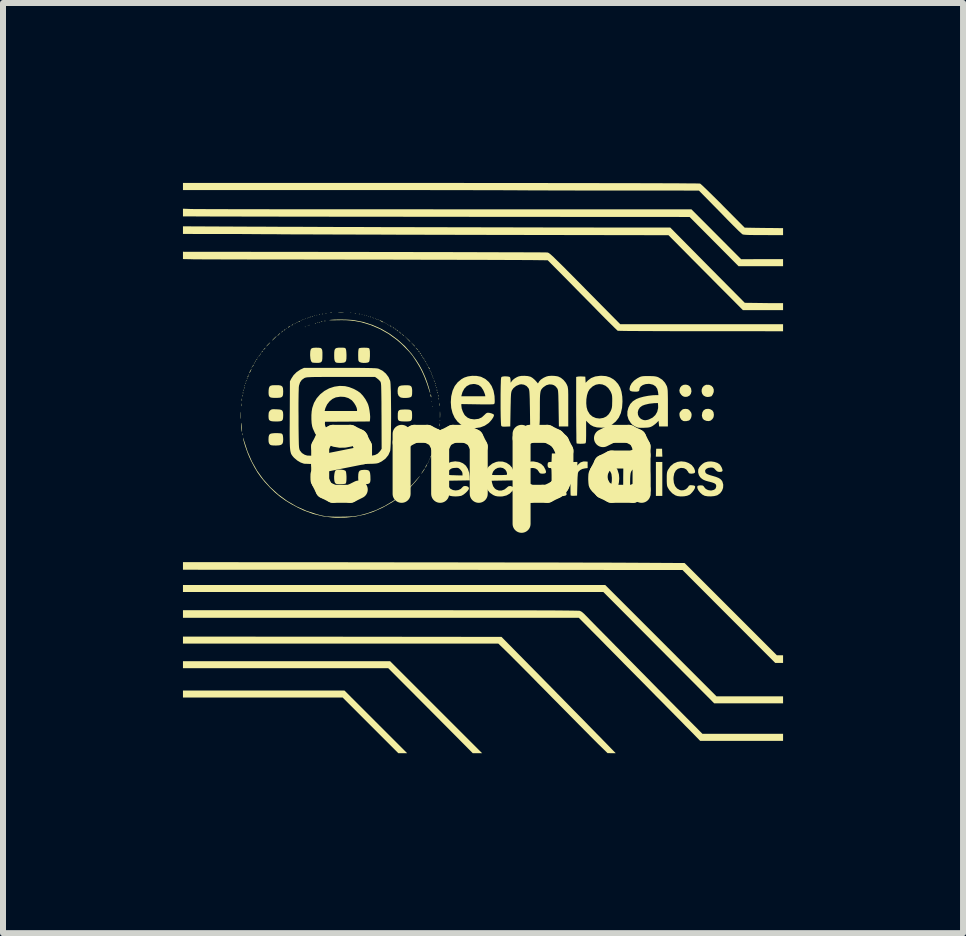
<source format=kicad_pcb>
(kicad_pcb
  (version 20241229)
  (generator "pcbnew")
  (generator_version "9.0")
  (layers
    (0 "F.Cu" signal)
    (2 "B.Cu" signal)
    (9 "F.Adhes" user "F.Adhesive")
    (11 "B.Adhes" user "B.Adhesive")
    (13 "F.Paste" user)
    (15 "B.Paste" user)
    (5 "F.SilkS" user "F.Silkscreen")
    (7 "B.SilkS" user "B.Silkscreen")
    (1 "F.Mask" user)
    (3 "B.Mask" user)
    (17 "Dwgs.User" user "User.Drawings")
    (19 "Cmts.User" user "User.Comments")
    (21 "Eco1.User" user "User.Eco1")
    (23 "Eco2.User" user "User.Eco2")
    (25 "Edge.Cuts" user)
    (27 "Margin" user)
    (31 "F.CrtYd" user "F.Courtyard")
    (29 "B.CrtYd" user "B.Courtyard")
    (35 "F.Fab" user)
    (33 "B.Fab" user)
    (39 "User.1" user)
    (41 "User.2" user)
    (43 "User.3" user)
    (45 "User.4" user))
  (footprint "empa"
    (layer "F.Cu")
    (at 5.002 4.504)
    (property "Reference" "empa" (at 0 0 0) (layer "F.SilkS") (effects (font (size 1.5 1.5) (thickness 0.3))))
    (attr board_only exclude_from_pos_files exclude_from_bom)
    (fp_poly (pts (xy -3.947 -1.187) (xy -3.952 -1.182) (xy -3.957 -1.187) (xy -3.952 -1.192)) (stroke (width 0) (type solid)) (fill yes) (layer "F.SilkS"))
    (fp_poly (pts (xy -3.898 -1.314) (xy -3.903 -1.309) (xy -3.908 -1.314) (xy -3.903 -1.319)) (stroke (width 0) (type solid)) (fill yes) (layer "F.SilkS"))
    (fp_poly (pts (xy -3.849 -1.421) (xy -3.854 -1.417) (xy -3.859 -1.421) (xy -3.854 -1.426)) (stroke (width 0) (type solid)) (fill yes) (layer "F.SilkS"))
    (fp_poly (pts (xy -3.81 -1.49) (xy -3.815 -1.485) (xy -3.82 -1.49) (xy -3.815 -1.495)) (stroke (width 0) (type solid)) (fill yes) (layer "F.SilkS"))
    (fp_poly (pts (xy -3.8 -1.509) (xy -3.805 -1.504) (xy -3.81 -1.509) (xy -3.805 -1.514)) (stroke (width 0) (type solid)) (fill yes) (layer "F.SilkS"))
    (fp_poly (pts (xy -3.751 -1.587) (xy -3.756 -1.583) (xy -3.761 -1.587) (xy -3.756 -1.592)) (stroke (width 0) (type solid)) (fill yes) (layer "F.SilkS"))
    (fp_poly (pts (xy -3.273 -2.076) (xy -3.278 -2.071) (xy -3.282 -2.076) (xy -3.278 -2.081)) (stroke (width 0) (type solid)) (fill yes) (layer "F.SilkS"))
    (fp_poly (pts (xy -3.195 -2.125) (xy -3.199 -2.12) (xy -3.204 -2.125) (xy -3.199 -2.13)) (stroke (width 0) (type solid)) (fill yes) (layer "F.SilkS"))
    (fp_poly (pts (xy -3.146 -2.154) (xy -3.151 -2.149) (xy -3.155 -2.154) (xy -3.151 -2.159)) (stroke (width 0) (type solid)) (fill yes) (layer "F.SilkS"))
    (fp_poly (pts (xy -3.126 -2.164) (xy -3.131 -2.159) (xy -3.136 -2.164) (xy -3.131 -2.169)) (stroke (width 0) (type solid)) (fill yes) (layer "F.SilkS"))
    (fp_poly (pts (xy -3.107 -2.174) (xy -3.111 -2.169) (xy -3.116 -2.174) (xy -3.111 -2.179)) (stroke (width 0) (type solid)) (fill yes) (layer "F.SilkS"))
    (fp_poly (pts (xy -3.087 -2.183) (xy -3.092 -2.179) (xy -3.097 -2.183) (xy -3.092 -2.188)) (stroke (width 0) (type solid)) (fill yes) (layer "F.SilkS"))
    (fp_poly (pts (xy -3.028 -2.213) (xy -3.033 -2.208) (xy -3.038 -2.213) (xy -3.033 -2.218)) (stroke (width 0) (type solid)) (fill yes) (layer "F.SilkS"))
    (fp_poly (pts (xy -2.999 -2.223) (xy -3.004 -2.218) (xy -3.009 -2.223) (xy -3.004 -2.227)) (stroke (width 0) (type solid)) (fill yes) (layer "F.SilkS"))
    (fp_poly (pts (xy -2.98 -2.232) (xy -2.985 -2.227) (xy -2.989 -2.232) (xy -2.985 -2.237)) (stroke (width 0) (type solid)) (fill yes) (layer "F.SilkS"))
    (fp_poly (pts (xy -2.96 -2.105) (xy -2.965 -2.1) (xy -2.97 -2.105) (xy -2.965 -2.11)) (stroke (width 0) (type solid)) (fill yes) (layer "F.SilkS"))
    (fp_poly (pts (xy -2.95 -2.242) (xy -2.955 -2.237) (xy -2.96 -2.242) (xy -2.955 -2.247)) (stroke (width 0) (type solid)) (fill yes) (layer "F.SilkS"))
    (fp_poly (pts (xy -2.921 -2.252) (xy -2.926 -2.247) (xy -2.931 -2.252) (xy -2.926 -2.257)) (stroke (width 0) (type solid)) (fill yes) (layer "F.SilkS"))
    (fp_poly (pts (xy -2.911 -2.125) (xy -2.916 -2.12) (xy -2.921 -2.125) (xy -2.916 -2.13)) (stroke (width 0) (type solid)) (fill yes) (layer "F.SilkS"))
    (fp_poly (pts (xy -2.892 -2.135) (xy -2.897 -2.13) (xy -2.901 -2.135) (xy -2.897 -2.139)) (stroke (width 0) (type solid)) (fill yes) (layer "F.SilkS"))
    (fp_poly (pts (xy -2.804 -2.291) (xy -2.809 -2.286) (xy -2.814 -2.291) (xy -2.809 -2.296)) (stroke (width 0) (type solid)) (fill yes) (layer "F.SilkS"))
    (fp_poly (pts (xy -2.765 -2.301) (xy -2.77 -2.296) (xy -2.774 -2.301) (xy -2.77 -2.306)) (stroke (width 0) (type solid)) (fill yes) (layer "F.SilkS"))
    (fp_poly (pts (xy -2.198 -2.34) (xy -2.203 -2.335) (xy -2.208 -2.34) (xy -2.203 -2.345)) (stroke (width 0) (type solid)) (fill yes) (layer "F.SilkS"))
    (fp_poly (pts (xy -2.012 -2.31) (xy -2.017 -2.306) (xy -2.022 -2.31) (xy -2.017 -2.315)) (stroke (width 0) (type solid)) (fill yes) (layer "F.SilkS"))
    (fp_poly (pts (xy -1.973 -2.301) (xy -1.978 -2.296) (xy -1.983 -2.301) (xy -1.978 -2.306)) (stroke (width 0) (type solid)) (fill yes) (layer "F.SilkS"))
    (fp_poly (pts (xy -1.934 -2.291) (xy -1.939 -2.286) (xy -1.944 -2.291) (xy -1.939 -2.296)) (stroke (width 0) (type solid)) (fill yes) (layer "F.SilkS"))
    (fp_poly (pts (xy -1.905 -2.281) (xy -1.91 -2.276) (xy -1.915 -2.281) (xy -1.91 -2.286)) (stroke (width 0) (type solid)) (fill yes) (layer "F.SilkS"))
    (fp_poly (pts (xy -1.837 -2.262) (xy -1.841 -2.257) (xy -1.846 -2.262) (xy -1.841 -2.266)) (stroke (width 0) (type solid)) (fill yes) (layer "F.SilkS"))
    (fp_poly (pts (xy -1.817 -2.252) (xy -1.822 -2.247) (xy -1.827 -2.252) (xy -1.822 -2.257)) (stroke (width 0) (type solid)) (fill yes) (layer "F.SilkS"))
    (fp_poly (pts (xy -1.788 -2.242) (xy -1.793 -2.237) (xy -1.798 -2.242) (xy -1.793 -2.247)) (stroke (width 0) (type solid)) (fill yes) (layer "F.SilkS"))
    (fp_poly (pts (xy -1.739 -2.223) (xy -1.744 -2.218) (xy -1.749 -2.223) (xy -1.744 -2.227)) (stroke (width 0) (type solid)) (fill yes) (layer "F.SilkS"))
    (fp_poly (pts (xy -1.631 -2.174) (xy -1.636 -2.169) (xy -1.641 -2.174) (xy -1.636 -2.179)) (stroke (width 0) (type solid)) (fill yes) (layer "F.SilkS"))
    (fp_poly (pts (xy -1.612 -2.164) (xy -1.617 -2.159) (xy -1.622 -2.164) (xy -1.617 -2.169)) (stroke (width 0) (type solid)) (fill yes) (layer "F.SilkS"))
    (fp_poly (pts (xy -1.583 -2.144) (xy -1.587 -2.139) (xy -1.592 -2.144) (xy -1.587 -2.149)) (stroke (width 0) (type solid)) (fill yes) (layer "F.SilkS"))
    (fp_poly (pts (xy -1.563 -2.135) (xy -1.568 -2.13) (xy -1.573 -2.135) (xy -1.568 -2.139)) (stroke (width 0) (type solid)) (fill yes) (layer "F.SilkS"))
    (fp_poly (pts (xy -1.514 -2.105) (xy -1.519 -2.1) (xy -1.524 -2.105) (xy -1.519 -2.11)) (stroke (width 0) (type solid)) (fill yes) (layer "F.SilkS"))
    (fp_poly (pts (xy -0.967 -1.548) (xy -0.972 -1.544) (xy -0.977 -1.548) (xy -0.972 -1.553)) (stroke (width 0) (type solid)) (fill yes) (layer "F.SilkS"))
    (fp_poly (pts (xy -0.938 -1.5) (xy -0.943 -1.495) (xy -0.948 -1.5) (xy -0.943 -1.504)) (stroke (width 0) (type solid)) (fill yes) (layer "F.SilkS"))
    (fp_poly (pts (xy -0.928 -1.48) (xy -0.933 -1.475) (xy -0.938 -1.48) (xy -0.933 -1.485)) (stroke (width 0) (type solid)) (fill yes) (layer "F.SilkS"))
    (fp_poly (pts (xy -0.918 -1.46) (xy -0.923 -1.456) (xy -0.928 -1.46) (xy -0.923 -1.465)) (stroke (width 0) (type solid)) (fill yes) (layer "F.SilkS"))
    (fp_poly (pts (xy -0.918 0.171) (xy -0.923 0.176) (xy -0.928 0.171) (xy -0.923 0.166)) (stroke (width 0) (type solid)) (fill yes) (layer "F.SilkS"))
    (fp_poly (pts (xy -0.909 0.151) (xy -0.913 0.156) (xy -0.918 0.151) (xy -0.913 0.147)) (stroke (width 0) (type solid)) (fill yes) (layer "F.SilkS"))
    (fp_poly (pts (xy -0.899 0.132) (xy -0.904 0.137) (xy -0.909 0.132) (xy -0.904 0.127)) (stroke (width 0) (type solid)) (fill yes) (layer "F.SilkS"))
    (fp_poly (pts (xy -0.889 0.112) (xy -0.894 0.117) (xy -0.899 0.112) (xy -0.894 0.107)) (stroke (width 0) (type solid)) (fill yes) (layer "F.SilkS"))
    (fp_poly (pts (xy -0.879 -1.382) (xy -0.884 -1.377) (xy -0.889 -1.382) (xy -0.884 -1.387)) (stroke (width 0) (type solid)) (fill yes) (layer "F.SilkS"))
    (fp_poly (pts (xy -0.879 0.093) (xy -0.884 0.098) (xy -0.889 0.093) (xy -0.884 0.088)) (stroke (width 0) (type solid)) (fill yes) (layer "F.SilkS"))
    (fp_poly (pts (xy -0.869 -1.363) (xy -0.874 -1.358) (xy -0.879 -1.363) (xy -0.874 -1.368)) (stroke (width 0) (type solid)) (fill yes) (layer "F.SilkS"))
    (fp_poly (pts (xy -0.86 -1.343) (xy -0.865 -1.338) (xy -0.869 -1.343) (xy -0.865 -1.348)) (stroke (width 0) (type solid)) (fill yes) (layer "F.SilkS"))
    (fp_poly (pts (xy -0.85 -0.865) (xy -0.855 -0.86) (xy -0.86 -0.865) (xy -0.855 -0.869)) (stroke (width 0) (type solid)) (fill yes) (layer "F.SilkS"))
    (fp_poly (pts (xy -0.84 -1.294) (xy -0.845 -1.29) (xy -0.85 -1.294) (xy -0.845 -1.299)) (stroke (width 0) (type solid)) (fill yes) (layer "F.SilkS"))
    (fp_poly (pts (xy -0.84 -0.777) (xy -0.845 -0.772) (xy -0.85 -0.777) (xy -0.845 -0.782)) (stroke (width 0) (type solid)) (fill yes) (layer "F.SilkS"))
    (fp_poly (pts (xy -0.84 0.005) (xy -0.845 0.01) (xy -0.85 0.005) (xy -0.845 0)) (stroke (width 0) (type solid)) (fill yes) (layer "F.SilkS"))
    (fp_poly (pts (xy -0.83 -0.024) (xy -0.835 -0.02) (xy -0.84 -0.024) (xy -0.835 -0.029)) (stroke (width 0) (type solid)) (fill yes) (layer "F.SilkS"))
    (fp_poly (pts (xy -0.821 -1.246) (xy -0.826 -1.241) (xy -0.83 -1.246) (xy -0.826 -1.25)) (stroke (width 0) (type solid)) (fill yes) (layer "F.SilkS"))
    (fp_poly (pts (xy -0.811 -1.216) (xy -0.816 -1.211) (xy -0.821 -1.216) (xy -0.816 -1.221)) (stroke (width 0) (type solid)) (fill yes) (layer "F.SilkS"))
    (fp_poly (pts (xy -0.811 -0.073) (xy -0.816 -0.068) (xy -0.821 -0.073) (xy -0.816 -0.078)) (stroke (width 0) (type solid)) (fill yes) (layer "F.SilkS"))
    (fp_poly (pts (xy -0.801 -0.103) (xy -0.806 -0.098) (xy -0.811 -0.103) (xy -0.806 -0.107)) (stroke (width 0) (type solid)) (fill yes) (layer "F.SilkS"))
    (fp_poly (pts (xy -0.791 -0.132) (xy -0.796 -0.127) (xy -0.801 -0.132) (xy -0.796 -0.137)) (stroke (width 0) (type solid)) (fill yes) (layer "F.SilkS"))
    (fp_poly (pts (xy -0.713 -0.542) (xy -0.718 -0.537) (xy -0.723 -0.542) (xy -0.718 -0.547)) (stroke (width 0) (type solid)) (fill yes) (layer "F.SilkS"))
    (fp_poly (pts (xy -4.009 -0.97) (xy -4.007 -0.95) (xy -4.009 -0.945) (xy -4.012 -0.944) (xy -4.014 -0.957) (xy -4.012 -0.971)) (stroke (width 0) (type solid)) (fill yes) (layer "F.SilkS"))
    (fp_poly (pts (xy -3.999 -1.018) (xy -3.998 -0.998) (xy -3.999 -0.994) (xy -4.002 -0.993) (xy -4.004 -1.006) (xy -4.002 -1.02)) (stroke (width 0) (type solid)) (fill yes) (layer "F.SilkS"))
    (fp_poly (pts (xy -3.989 -1.057) (xy -3.988 -1.042) (xy -3.99 -1.038) (xy -3.994 -1.041) (xy -3.995 -1.051) (xy -3.992 -1.061)) (stroke (width 0) (type solid)) (fill yes) (layer "F.SilkS"))
    (fp_poly (pts (xy -3.979 -1.096) (xy -3.978 -1.081) (xy -3.98 -1.077) (xy -3.984 -1.08) (xy -3.985 -1.09) (xy -3.983 -1.101)) (stroke (width 0) (type solid)) (fill yes) (layer "F.SilkS"))
    (fp_poly (pts (xy -3.97 -1.13) (xy -3.968 -1.118) (xy -3.97 -1.117) (xy -3.975 -1.118) (xy -3.976 -1.123) (xy -3.973 -1.132)) (stroke (width 0) (type solid)) (fill yes) (layer "F.SilkS"))
    (fp_poly (pts (xy -3.96 -1.169) (xy -3.959 -1.157) (xy -3.96 -1.156) (xy -3.966 -1.157) (xy -3.966 -1.163) (xy -3.963 -1.171)) (stroke (width 0) (type solid)) (fill yes) (layer "F.SilkS"))
    (fp_poly (pts (xy -3.94 -1.218) (xy -3.939 -1.206) (xy -3.94 -1.205) (xy -3.946 -1.206) (xy -3.947 -1.211) (xy -3.943 -1.219)) (stroke (width 0) (type solid)) (fill yes) (layer "F.SilkS"))
    (fp_poly (pts (xy -3.93 -1.247) (xy -3.929 -1.236) (xy -3.93 -1.234) (xy -3.936 -1.236) (xy -3.937 -1.241) (xy -3.933 -1.249)) (stroke (width 0) (type solid)) (fill yes) (layer "F.SilkS"))
    (fp_poly (pts (xy -2.895 -2.263) (xy -2.896 -2.257) (xy -2.901 -2.257) (xy -2.91 -2.26) (xy -2.908 -2.263) (xy -2.896 -2.264)) (stroke (width 0) (type solid)) (fill yes) (layer "F.SilkS"))
    (fp_poly (pts (xy -2.866 -2.273) (xy -2.867 -2.267) (xy -2.872 -2.266) (xy -2.88 -2.27) (xy -2.879 -2.273) (xy -2.867 -2.274)) (stroke (width 0) (type solid)) (fill yes) (layer "F.SilkS"))
    (fp_poly (pts (xy -2.836 -2.283) (xy -2.838 -2.277) (xy -2.843 -2.276) (xy -2.851 -2.28) (xy -2.849 -2.283) (xy -2.838 -2.284)) (stroke (width 0) (type solid)) (fill yes) (layer "F.SilkS"))
    (fp_poly (pts (xy -2.787 -2.166) (xy -2.789 -2.16) (xy -2.794 -2.159) (xy -2.802 -2.163) (xy -2.801 -2.166) (xy -2.789 -2.167)) (stroke (width 0) (type solid)) (fill yes) (layer "F.SilkS"))
    (fp_poly (pts (xy -2.748 -2.175) (xy -2.75 -2.169) (xy -2.755 -2.169) (xy -2.763 -2.172) (xy -2.761 -2.175) (xy -2.75 -2.176)) (stroke (width 0) (type solid)) (fill yes) (layer "F.SilkS"))
    (fp_poly (pts (xy -2.719 -2.312) (xy -2.72 -2.306) (xy -2.726 -2.306) (xy -2.734 -2.309) (xy -2.732 -2.312) (xy -2.721 -2.313)) (stroke (width 0) (type solid)) (fill yes) (layer "F.SilkS"))
    (fp_poly (pts (xy -2.719 -2.185) (xy -2.72 -2.179) (xy -2.726 -2.179) (xy -2.734 -2.182) (xy -2.732 -2.185) (xy -2.721 -2.186)) (stroke (width 0) (type solid)) (fill yes) (layer "F.SilkS"))
    (fp_poly (pts (xy -2.679 -2.194) (xy -2.682 -2.19) (xy -2.692 -2.189) (xy -2.703 -2.191) (xy -2.698 -2.195) (xy -2.683 -2.196)) (stroke (width 0) (type solid)) (fill yes) (layer "F.SilkS"))
    (fp_poly (pts (xy -2.67 -2.322) (xy -2.672 -2.316) (xy -2.677 -2.315) (xy -2.685 -2.319) (xy -2.683 -2.322) (xy -2.672 -2.323)) (stroke (width 0) (type solid)) (fill yes) (layer "F.SilkS"))
    (fp_poly (pts (xy -2.625 -2.205) (xy -2.624 -2.201) (xy -2.638 -2.2) (xy -2.652 -2.201) (xy -2.65 -2.205) (xy -2.63 -2.206)) (stroke (width 0) (type solid)) (fill yes) (layer "F.SilkS"))
    (fp_poly (pts (xy -2.612 -2.332) (xy -2.613 -2.326) (xy -2.618 -2.325) (xy -2.626 -2.329) (xy -2.625 -2.332) (xy -2.613 -2.333)) (stroke (width 0) (type solid)) (fill yes) (layer "F.SilkS"))
    (fp_poly (pts (xy -2.523 -2.341) (xy -2.526 -2.336) (xy -2.536 -2.336) (xy -2.546 -2.338) (xy -2.542 -2.342) (xy -2.527 -2.343)) (stroke (width 0) (type solid)) (fill yes) (layer "F.SilkS"))
    (fp_poly (pts (xy -2.123 -2.332) (xy -2.125 -2.326) (xy -2.13 -2.325) (xy -2.138 -2.329) (xy -2.136 -2.332) (xy -2.125 -2.333)) (stroke (width 0) (type solid)) (fill yes) (layer "F.SilkS"))
    (fp_poly (pts (xy -2.055 -2.322) (xy -2.056 -2.316) (xy -2.061 -2.315) (xy -2.069 -2.319) (xy -2.068 -2.322) (xy -2.056 -2.323)) (stroke (width 0) (type solid)) (fill yes) (layer "F.SilkS"))
    (fp_poly (pts (xy -1.869 -2.273) (xy -1.871 -2.267) (xy -1.876 -2.266) (xy -1.884 -2.27) (xy -1.882 -2.273) (xy -1.871 -2.274)) (stroke (width 0) (type solid)) (fill yes) (layer "F.SilkS"))
    (fp_poly (pts (xy -1.762 -2.234) (xy -1.763 -2.228) (xy -1.768 -2.227) (xy -1.776 -2.231) (xy -1.775 -2.234) (xy -1.763 -2.235)) (stroke (width 0) (type solid)) (fill yes) (layer "F.SilkS"))
    (fp_poly (pts (xy -0.853 -1.325) (xy -0.852 -1.314) (xy -0.853 -1.312) (xy -0.859 -1.314) (xy -0.86 -1.319) (xy -0.856 -1.327)) (stroke (width 0) (type solid)) (fill yes) (layer "F.SilkS"))
    (fp_poly (pts (xy -0.834 -1.277) (xy -0.832 -1.265) (xy -0.834 -1.263) (xy -0.839 -1.265) (xy -0.84 -1.27) (xy -0.837 -1.278)) (stroke (width 0) (type solid)) (fill yes) (layer "F.SilkS"))
    (fp_poly (pts (xy -0.824 -0.055) (xy -0.823 -0.044) (xy -0.824 -0.042) (xy -0.83 -0.044) (xy -0.83 -0.049) (xy -0.827 -0.057)) (stroke (width 0) (type solid)) (fill yes) (layer "F.SilkS"))
    (fp_poly (pts (xy -0.804 -1.198) (xy -0.803 -1.187) (xy -0.804 -1.185) (xy -0.81 -1.187) (xy -0.811 -1.192) (xy -0.807 -1.2)) (stroke (width 0) (type solid)) (fill yes) (layer "F.SilkS"))
    (fp_poly (pts (xy -0.795 -1.169) (xy -0.793 -1.157) (xy -0.795 -1.156) (xy -0.8 -1.157) (xy -0.801 -1.163) (xy -0.798 -1.171)) (stroke (width 0) (type solid)) (fill yes) (layer "F.SilkS"))
    (fp_poly (pts (xy -0.785 -1.13) (xy -0.784 -1.118) (xy -0.785 -1.117) (xy -0.791 -1.118) (xy -0.791 -1.123) (xy -0.788 -1.132)) (stroke (width 0) (type solid)) (fill yes) (layer "F.SilkS"))
    (fp_poly (pts (xy -0.785 -0.173) (xy -0.784 -0.161) (xy -0.785 -0.16) (xy -0.791 -0.161) (xy -0.791 -0.166) (xy -0.788 -0.174)) (stroke (width 0) (type solid)) (fill yes) (layer "F.SilkS"))
    (fp_poly (pts (xy -0.775 -1.101) (xy -0.774 -1.089) (xy -0.775 -1.088) (xy -0.781 -1.089) (xy -0.782 -1.094) (xy -0.778 -1.102)) (stroke (width 0) (type solid)) (fill yes) (layer "F.SilkS"))
    (fp_poly (pts (xy -0.775 -0.207) (xy -0.774 -0.192) (xy -0.776 -0.188) (xy -0.78 -0.191) (xy -0.781 -0.201) (xy -0.778 -0.212)) (stroke (width 0) (type solid)) (fill yes) (layer "F.SilkS"))
    (fp_poly (pts (xy -0.765 -1.057) (xy -0.764 -1.042) (xy -0.766 -1.038) (xy -0.77 -1.041) (xy -0.771 -1.051) (xy -0.769 -1.061)) (stroke (width 0) (type solid)) (fill yes) (layer "F.SilkS"))
    (fp_poly (pts (xy -0.765 -0.246) (xy -0.764 -0.231) (xy -0.766 -0.227) (xy -0.77 -0.23) (xy -0.771 -0.24) (xy -0.769 -0.251)) (stroke (width 0) (type solid)) (fill yes) (layer "F.SilkS"))
    (fp_poly (pts (xy -0.755 -1.018) (xy -0.754 -1.003) (xy -0.756 -0.999) (xy -0.761 -1.002) (xy -0.761 -1.012) (xy -0.759 -1.022)) (stroke (width 0) (type solid)) (fill yes) (layer "F.SilkS"))
    (fp_poly (pts (xy -0.755 -0.295) (xy -0.754 -0.28) (xy -0.756 -0.276) (xy -0.761 -0.279) (xy -0.761 -0.289) (xy -0.759 -0.299)) (stroke (width 0) (type solid)) (fill yes) (layer "F.SilkS"))
    (fp_poly (pts (xy -0.746 -0.97) (xy -0.744 -0.95) (xy -0.746 -0.945) (xy -0.749 -0.944) (xy -0.751 -0.957) (xy -0.749 -0.971)) (stroke (width 0) (type solid)) (fill yes) (layer "F.SilkS"))
    (fp_poly (pts (xy -0.746 -0.344) (xy -0.744 -0.328) (xy -0.746 -0.325) (xy -0.751 -0.328) (xy -0.751 -0.338) (xy -0.749 -0.348)) (stroke (width 0) (type solid)) (fill yes) (layer "F.SilkS"))
    (fp_poly (pts (xy -0.736 -0.921) (xy -0.735 -0.901) (xy -0.736 -0.896) (xy -0.74 -0.895) (xy -0.741 -0.909) (xy -0.739 -0.922)) (stroke (width 0) (type solid)) (fill yes) (layer "F.SilkS"))
    (fp_poly (pts (xy -0.736 -0.403) (xy -0.735 -0.383) (xy -0.736 -0.379) (xy -0.74 -0.377) (xy -0.741 -0.391) (xy -0.739 -0.405)) (stroke (width 0) (type solid)) (fill yes) (layer "F.SilkS"))
    (fp_poly (pts (xy -3.053 -2.198) (xy -3.063 -2.19) (xy -3.075 -2.189) (xy -3.077 -2.192) (xy -3.07 -2.198) (xy -3.062 -2.202) (xy -3.052 -2.202)) (stroke (width 0) (type solid)) (fill yes) (layer "F.SilkS"))
    (fp_poly (pts (xy -1.545 -2.126) (xy -1.535 -2.117) (xy -1.534 -2.114) (xy -1.538 -2.11) (xy -1.548 -2.119) (xy -1.549 -2.121) (xy -1.551 -2.128)) (stroke (width 0) (type solid)) (fill yes) (layer "F.SilkS"))
    (fp_poly (pts (xy -1.496 -2.096) (xy -1.486 -2.087) (xy -1.488 -2.081) (xy -1.489 -2.081) (xy -1.497 -2.088) (xy -1.501 -2.092) (xy -1.502 -2.099)) (stroke (width 0) (type solid)) (fill yes) (layer "F.SilkS"))
    (fp_poly (pts (xy -1.467 -2.077) (xy -1.456 -2.067) (xy -1.459 -2.061) (xy -1.46 -2.061) (xy -1.468 -2.068) (xy -1.471 -2.073) (xy -1.472 -2.079)) (stroke (width 0) (type solid)) (fill yes) (layer "F.SilkS"))
    (fp_poly (pts (xy -1.39 -2.018) (xy -1.374 -2.004) (xy -1.368 -1.996) (xy -1.372 -1.994) (xy -1.386 -2.007) (xy -1.393 -2.015) (xy -1.412 -2.037)) (stroke (width 0) (type solid)) (fill yes) (layer "F.SilkS"))
    (fp_poly (pts (xy -1.341 -1.979) (xy -1.322 -1.962) (xy -1.32 -1.954) (xy -1.322 -1.954) (xy -1.33 -1.96) (xy -1.344 -1.976) (xy -1.363 -1.998)) (stroke (width 0) (type solid)) (fill yes) (layer "F.SilkS"))
    (fp_poly (pts (xy -1.106 -1.745) (xy -1.088 -1.727) (xy -1.085 -1.72) (xy -1.088 -1.719) (xy -1.096 -1.726) (xy -1.11 -1.741) (xy -1.128 -1.763)) (stroke (width 0) (type solid)) (fill yes) (layer "F.SilkS"))
    (fp_poly (pts (xy -1.047 -1.667) (xy -1.036 -1.657) (xy -1.038 -1.651) (xy -1.04 -1.651) (xy -1.048 -1.658) (xy -1.051 -1.662) (xy -1.052 -1.669)) (stroke (width 0) (type solid)) (fill yes) (layer "F.SilkS"))
    (fp_poly (pts (xy -1.027 -1.637) (xy -1.017 -1.628) (xy -1.016 -1.626) (xy -1.021 -1.622) (xy -1.03 -1.631) (xy -1.032 -1.633) (xy -1.033 -1.64)) (stroke (width 0) (type solid)) (fill yes) (layer "F.SilkS"))
    (fp_poly (pts (xy -1.008 -1.608) (xy -0.997 -1.598) (xy -0.999 -1.592) (xy -1.001 -1.592) (xy -1.009 -1.599) (xy -1.012 -1.604) (xy -1.013 -1.61)) (stroke (width 0) (type solid)) (fill yes) (layer "F.SilkS"))
    (fp_poly (pts (xy -0.988 -1.579) (xy -0.978 -1.57) (xy -0.977 -1.567) (xy -0.982 -1.563) (xy -0.991 -1.572) (xy -0.993 -1.574) (xy -0.994 -1.581)) (stroke (width 0) (type solid)) (fill yes) (layer "F.SilkS"))
    (fp_poly (pts (xy -0.959 -1.53) (xy -0.948 -1.521) (xy -0.948 -1.519) (xy -0.952 -1.515) (xy -0.962 -1.524) (xy -0.963 -1.526) (xy -0.964 -1.532)) (stroke (width 0) (type solid)) (fill yes) (layer "F.SilkS"))
    (fp_poly (pts (xy -4.028 -0.823) (xy -4.026 -0.797) (xy -4.028 -0.784) (xy -4.031 -0.782) (xy -4.032 -0.796) (xy -4.032 -0.806) (xy -4.031 -0.825) (xy -4.029 -0.828)) (stroke (width 0) (type solid)) (fill yes) (layer "F.SilkS"))
    (fp_poly (pts (xy -4.018 -0.906) (xy -4.017 -0.881) (xy -4.018 -0.872) (xy -4.021 -0.869) (xy -4.023 -0.882) (xy -4.023 -0.889) (xy -4.022 -0.907) (xy -4.019 -0.909)) (stroke (width 0) (type solid)) (fill yes) (layer "F.SilkS"))
    (fp_poly (pts (xy -4.009 -0.331) (xy -4.008 -0.33) (xy -4.007 -0.308) (xy -4.009 -0.3) (xy -4.012 -0.3) (xy -4.013 -0.315) (xy -4.013 -0.318) (xy -4.012 -0.333)) (stroke (width 0) (type solid)) (fill yes) (layer "F.SilkS"))
    (fp_poly (pts (xy -3.908 -1.294) (xy -3.913 -1.278) (xy -3.917 -1.27) (xy -3.925 -1.262) (xy -3.927 -1.265) (xy -3.922 -1.281) (xy -3.917 -1.29) (xy -3.91 -1.297)) (stroke (width 0) (type solid)) (fill yes) (layer "F.SilkS"))
    (fp_poly (pts (xy -3.824 -1.468) (xy -3.83 -1.456) (xy -3.84 -1.44) (xy -3.845 -1.436) (xy -3.845 -1.443) (xy -3.839 -1.456) (xy -3.829 -1.471) (xy -3.824 -1.475)) (stroke (width 0) (type solid)) (fill yes) (layer "F.SilkS"))
    (fp_poly (pts (xy -3.784 -1.537) (xy -3.786 -1.534) (xy -3.795 -1.524) (xy -3.796 -1.524) (xy -3.797 -1.53) (xy -3.795 -1.534) (xy -3.786 -1.543) (xy -3.784 -1.544)) (stroke (width 0) (type solid)) (fill yes) (layer "F.SilkS"))
    (fp_poly (pts (xy -3.764 -1.567) (xy -3.766 -1.563) (xy -3.775 -1.554) (xy -3.777 -1.553) (xy -3.778 -1.56) (xy -3.776 -1.563) (xy -3.767 -1.572) (xy -3.765 -1.573)) (stroke (width 0) (type solid)) (fill yes) (layer "F.SilkS"))
    (fp_poly (pts (xy -3.725 -1.625) (xy -3.727 -1.622) (xy -3.736 -1.612) (xy -3.738 -1.612) (xy -3.739 -1.618) (xy -3.737 -1.622) (xy -3.728 -1.631) (xy -3.726 -1.631)) (stroke (width 0) (type solid)) (fill yes) (layer "F.SilkS"))
    (fp_poly (pts (xy -3.706 -1.654) (xy -3.707 -1.651) (xy -3.717 -1.642) (xy -3.718 -1.641) (xy -3.719 -1.648) (xy -3.717 -1.651) (xy -3.708 -1.66) (xy -3.706 -1.661)) (stroke (width 0) (type solid)) (fill yes) (layer "F.SilkS"))
    (fp_poly (pts (xy -3.667 -1.704) (xy -3.672 -1.697) (xy -3.686 -1.682) (xy -3.693 -1.682) (xy -3.693 -1.684) (xy -3.686 -1.692) (xy -3.676 -1.701) (xy -3.664 -1.71)) (stroke (width 0) (type solid)) (fill yes) (layer "F.SilkS"))
    (fp_poly (pts (xy -3.628 -1.752) (xy -3.639 -1.739) (xy -3.654 -1.724) (xy -3.662 -1.719) (xy -3.66 -1.725) (xy -3.649 -1.739) (xy -3.634 -1.753) (xy -3.626 -1.758)) (stroke (width 0) (type solid)) (fill yes) (layer "F.SilkS"))
    (fp_poly (pts (xy -3.334 -2.037) (xy -3.34 -2.03) (xy -3.354 -2.014) (xy -3.36 -2.014) (xy -3.361 -2.016) (xy -3.354 -2.024) (xy -3.344 -2.033) (xy -3.332 -2.042)) (stroke (width 0) (type solid)) (fill yes) (layer "F.SilkS"))
    (fp_poly (pts (xy -3.295 -2.066) (xy -3.301 -2.059) (xy -3.315 -2.044) (xy -3.321 -2.044) (xy -3.322 -2.045) (xy -3.315 -2.054) (xy -3.304 -2.063) (xy -3.293 -2.071)) (stroke (width 0) (type solid)) (fill yes) (layer "F.SilkS"))
    (fp_poly (pts (xy -3.214 -2.116) (xy -3.222 -2.108) (xy -3.234 -2.1) (xy -3.249 -2.094) (xy -3.253 -2.095) (xy -3.246 -2.103) (xy -3.234 -2.11) (xy -3.219 -2.116)) (stroke (width 0) (type solid)) (fill yes) (layer "F.SilkS"))
    (fp_poly (pts (xy -3.168 -2.143) (xy -3.17 -2.139) (xy -3.179 -2.13) (xy -3.181 -2.13) (xy -3.182 -2.136) (xy -3.18 -2.139) (xy -3.171 -2.149) (xy -3.169 -2.149)) (stroke (width 0) (type solid)) (fill yes) (layer "F.SilkS"))
    (fp_poly (pts (xy -1.441 -2.058) (xy -1.434 -2.053) (xy -1.418 -2.039) (xy -1.419 -2.032) (xy -1.42 -2.032) (xy -1.428 -2.039) (xy -1.437 -2.049) (xy -1.446 -2.061)) (stroke (width 0) (type solid)) (fill yes) (layer "F.SilkS"))
    (fp_poly (pts (xy -1.079 -1.707) (xy -1.072 -1.701) (xy -1.059 -1.689) (xy -1.055 -1.684) (xy -1.06 -1.681) (xy -1.073 -1.694) (xy -1.076 -1.697) (xy -1.084 -1.709)) (stroke (width 0) (type solid)) (fill yes) (layer "F.SilkS"))
    (fp_poly (pts (xy -0.904 -1.432) (xy -0.892 -1.414) (xy -0.889 -1.405) (xy -0.892 -1.397) (xy -0.9 -1.408) (xy -0.907 -1.424) (xy -0.914 -1.441) (xy -0.913 -1.443)) (stroke (width 0) (type solid)) (fill yes) (layer "F.SilkS"))
    (fp_poly (pts (xy -0.871 -0.978) (xy -0.865 -0.962) (xy -0.862 -0.941) (xy -0.863 -0.931) (xy -0.868 -0.936) (xy -0.874 -0.953) (xy -0.877 -0.974) (xy -0.876 -0.983)) (stroke (width 0) (type solid)) (fill yes) (layer "F.SilkS"))
    (fp_poly (pts (xy -0.726 -0.833) (xy -0.724 -0.804) (xy -0.726 -0.789) (xy -0.728 -0.784) (xy -0.73 -0.797) (xy -0.73 -0.811) (xy -0.729 -0.832) (xy -0.727 -0.838)) (stroke (width 0) (type solid)) (fill yes) (layer "F.SilkS"))
    (fp_poly (pts (xy -0.726 -0.491) (xy -0.724 -0.465) (xy -0.726 -0.452) (xy -0.729 -0.449) (xy -0.73 -0.463) (xy -0.73 -0.474) (xy -0.729 -0.493) (xy -0.727 -0.496)) (stroke (width 0) (type solid)) (fill yes) (layer "F.SilkS"))
    (fp_poly (pts (xy 2.987 -0.007) (xy 2.99 0.059) (xy 2.936 0.059) (xy 2.881 0.059) (xy 2.884 -0.007) (xy 2.887 -0.073) (xy 2.936 -0.073) (xy 2.985 -0.073)) (stroke (width 0) (type solid)) (fill yes) (layer "F.SilkS"))
    (fp_poly (pts (xy 2.989 0.43) (xy 2.989 0.713) (xy 2.936 0.713) (xy 2.882 0.713) (xy 2.882 0.43) (xy 2.882 0.147) (xy 2.936 0.147) (xy 2.989 0.147)) (stroke (width 0) (type solid)) (fill yes) (layer "F.SilkS"))
    (fp_poly (pts (xy -1.17 -1.818) (xy -1.149 -1.798) (xy -1.136 -1.784) (xy -1.133 -1.781) (xy -1.136 -1.779) (xy -1.146 -1.786) (xy -1.165 -1.806) (xy -1.173 -1.815) (xy -1.206 -1.851)) (stroke (width 0) (type solid)) (fill yes) (layer "F.SilkS"))
    (fp_poly (pts (xy -0.851 0.024) (xy -0.855 0.039) (xy -0.865 0.059) (xy -0.874 0.073) (xy -0.879 0.074) (xy -0.879 0.073) (xy -0.874 0.058) (xy -0.865 0.039) (xy -0.855 0.025) (xy -0.851 0.024)) (stroke (width 0) (type solid)) (fill yes) (layer "F.SilkS"))
    (fp_poly (pts (xy -4.037 -0.676) (xy -4.036 -0.635) (xy -4.036 -0.592) (xy -4.037 -0.579) (xy -4.039 -0.568) (xy -4.04 -0.576) (xy -4.041 -0.599) (xy -4.041 -0.63) (xy -4.041 -0.665) (xy -4.04 -0.685) (xy -4.039 -0.688)) (stroke (width 0) (type solid)) (fill yes) (layer "F.SilkS"))
    (fp_poly (pts (xy -2.332 -2.352) (xy -2.327 -2.352) (xy -2.319 -2.35) (xy -2.329 -2.349) (xy -2.353 -2.348) (xy -2.369 -2.348) (xy -2.399 -2.348) (xy -2.414 -2.349) (xy -2.413 -2.351) (xy -2.405 -2.352) (xy -2.369 -2.353)) (stroke (width 0) (type solid)) (fill yes) (layer "F.SilkS"))
    (fp_poly (pts (xy -1.263 -1.91) (xy -1.234 -1.883) (xy -1.218 -1.867) (xy -1.212 -1.858) (xy -1.214 -1.856) (xy -1.214 -1.856) (xy -1.222 -1.863) (xy -1.239 -1.88) (xy -1.263 -1.904) (xy -1.265 -1.907) (xy -1.314 -1.959)) (stroke (width 0) (type solid)) (fill yes) (layer "F.SilkS"))
    (fp_poly (pts (xy -0.716 -0.687) (xy -0.714 -0.65) (xy -0.715 -0.609) (xy -0.716 -0.599) (xy -0.717 -0.587) (xy -0.719 -0.594) (xy -0.719 -0.616) (xy -0.719 -0.64) (xy -0.719 -0.673) (xy -0.718 -0.692) (xy -0.717 -0.695)) (stroke (width 0) (type solid)) (fill yes) (layer "F.SilkS"))
    (fp_poly (pts (xy -3.86 -1.402) (xy -3.864 -1.388) (xy -3.875 -1.365) (xy -3.878 -1.358) (xy -3.89 -1.339) (xy -3.896 -1.332) (xy -3.897 -1.333) (xy -3.893 -1.348) (xy -3.882 -1.371) (xy -3.878 -1.377) (xy -3.867 -1.396) (xy -3.86 -1.403)) (stroke (width 0) (type solid)) (fill yes) (layer "F.SilkS"))
    (fp_poly (pts (xy -3.551 -1.84) (xy -3.564 -1.824) (xy -3.576 -1.812) (xy -3.596 -1.792) (xy -3.61 -1.78) (xy -3.614 -1.778) (xy -3.61 -1.784) (xy -3.597 -1.8) (xy -3.585 -1.812) (xy -3.565 -1.832) (xy -3.551 -1.844) (xy -3.547 -1.846)) (stroke (width 0) (type solid)) (fill yes) (layer "F.SilkS"))
    (fp_poly (pts (xy -3.443 -1.948) (xy -3.457 -1.931) (xy -3.473 -1.915) (xy -3.495 -1.893) (xy -3.511 -1.879) (xy -3.516 -1.876) (xy -3.513 -1.882) (xy -3.499 -1.898) (xy -3.483 -1.915) (xy -3.461 -1.936) (xy -3.445 -1.95) (xy -3.44 -1.954)) (stroke (width 0) (type solid)) (fill yes) (layer "F.SilkS"))
    (fp_poly (pts (xy -3.384 -1.997) (xy -3.397 -1.981) (xy -3.4 -1.978) (xy -3.416 -1.962) (xy -3.427 -1.954) (xy -3.428 -1.954) (xy -3.425 -1.96) (xy -3.412 -1.975) (xy -3.409 -1.978) (xy -3.393 -1.995) (xy -3.382 -2.003) (xy -3.382 -2.003)) (stroke (width 0) (type solid)) (fill yes) (layer "F.SilkS"))
    (fp_poly (pts (xy -1.788 4.479) (xy -1.265 5.002) (xy -1.338 5.002) (xy -1.412 5.002) (xy -1.876 4.538) (xy -2.34 4.074) (xy -3.671 4.074) (xy -5.002 4.074) (xy -5.002 4.015) (xy -5.002 3.957) (xy -3.656 3.957) (xy -2.31 3.957)) (stroke (width 0) (type solid)) (fill yes) (layer "F.SilkS"))
    (fp_poly (pts (xy -1.713 -2.213) (xy -1.693 -2.204) (xy -1.673 -2.193) (xy -1.661 -2.185) (xy -1.661 -2.183) (xy -1.662 -2.18) (xy -1.667 -2.181) (xy -1.683 -2.189) (xy -1.7 -2.198) (xy -1.719 -2.21) (xy -1.727 -2.217) (xy -1.726 -2.217)) (stroke (width 0) (type solid)) (fill yes) (layer "F.SilkS"))
    (fp_poly (pts (xy -0.933 0.193) (xy -0.941 0.212) (xy -0.943 0.215) (xy -0.954 0.235) (xy -0.962 0.244) (xy -0.963 0.244) (xy -0.962 0.237) (xy -0.954 0.218) (xy -0.953 0.215) (xy -0.941 0.195) (xy -0.933 0.186) (xy -0.932 0.186)) (stroke (width 0) (type solid)) (fill yes) (layer "F.SilkS"))
    (fp_poly (pts (xy -0.782 4.235) (xy -0.015 5.002) (xy -0.093 5.002) (xy -0.171 5.002) (xy -0.875 4.293) (xy -1.58 3.585) (xy -3.291 3.585) (xy -5.002 3.585) (xy -5.002 3.527) (xy -5.002 3.468) (xy -3.275 3.468) (xy -1.549 3.468)) (stroke (width 0) (type solid)) (fill yes) (layer "F.SilkS"))
    (fp_poly (pts (xy -0.971 0.261) (xy -0.981 0.279) (xy -0.996 0.302) (xy -1.013 0.326) (xy -1.024 0.34) (xy -1.03 0.346) (xy -1.026 0.337) (xy -1.014 0.316) (xy -1.01 0.31) (xy -0.992 0.282) (xy -0.977 0.262) (xy -0.97 0.254) (xy -0.97 0.254)) (stroke (width 0) (type solid)) (fill yes) (layer "F.SilkS"))
    (fp_poly (pts (xy -4.029 -0.497) (xy -4.026 -0.475) (xy -4.022 -0.443) (xy -4.021 -0.434) (xy -4.018 -0.398) (xy -4.017 -0.37) (xy -4.018 -0.356) (xy -4.019 -0.355) (xy -4.022 -0.361) (xy -4.025 -0.383) (xy -4.029 -0.416) (xy -4.03 -0.425) (xy -4.033 -0.461) (xy -4.034 -0.489) (xy -4.033 -0.503) (xy -4.032 -0.504)) (stroke (width 0) (type solid)) (fill yes) (layer "F.SilkS"))
    (fp_poly (pts (xy 2.965 3.126) (xy 3.892 4.054) (xy 4.447 4.054) (xy 5.002 4.054) (xy 5.002 4.113) (xy 5.002 4.171) (xy 4.428 4.171) (xy 3.854 4.171) (xy 2.93 3.243) (xy 2.006 2.315) (xy -1.498 2.315) (xy -5.002 2.315) (xy -5.002 2.257) (xy -5.002 2.198) (xy -1.482 2.198) (xy 2.037 2.198)) (stroke (width 0) (type solid)) (fill yes) (layer "F.SilkS"))
    (fp_poly (pts (xy 3.786 -0.733) (xy 3.822 -0.713) (xy 3.842 -0.683) (xy 3.849 -0.639) (xy 3.849 -0.638) (xy 3.843 -0.599) (xy 3.825 -0.569) (xy 3.797 -0.544) (xy 3.764 -0.534) (xy 3.723 -0.538) (xy 3.684 -0.554) (xy 3.66 -0.581) (xy 3.649 -0.621) (xy 3.649 -0.634) (xy 3.657 -0.681) (xy 3.679 -0.715) (xy 3.712 -0.735) (xy 3.754 -0.739)) (stroke (width 0) (type solid)) (fill yes) (layer "F.SilkS"))
    (fp_poly (pts (xy 3.419 -1.133) (xy 3.449 -1.11) (xy 3.469 -1.076) (xy 3.469 -1.075) (xy 3.475 -1.029) (xy 3.465 -0.989) (xy 3.442 -0.959) (xy 3.407 -0.941) (xy 3.38 -0.938) (xy 3.35 -0.941) (xy 3.326 -0.953) (xy 3.306 -0.971) (xy 3.28 -1.008) (xy 3.273 -1.047) (xy 3.285 -1.089) (xy 3.287 -1.093) (xy 3.312 -1.123) (xy 3.345 -1.139) (xy 3.383 -1.142)) (stroke (width 0) (type solid)) (fill yes) (layer "F.SilkS"))
    (fp_poly (pts (xy 3.77 -1.139) (xy 3.807 -1.123) (xy 3.834 -1.095) (xy 3.847 -1.059) (xy 3.846 -1.018) (xy 3.83 -0.979) (xy 3.817 -0.959) (xy 3.808 -0.948) (xy 3.808 -0.948) (xy 3.797 -0.945) (xy 3.776 -0.94) (xy 3.776 -0.939) (xy 3.745 -0.936) (xy 3.715 -0.94) (xy 3.68 -0.957) (xy 3.656 -0.986) (xy 3.645 -1.021) (xy 3.645 -1.058) (xy 3.657 -1.092) (xy 3.681 -1.121) (xy 3.715 -1.138) (xy 3.724 -1.14)) (stroke (width 0) (type solid)) (fill yes) (layer "F.SilkS"))
    (fp_poly (pts (xy 3.407 -0.735) (xy 3.428 -0.726) (xy 3.449 -0.706) (xy 3.472 -0.672) (xy 3.478 -0.639) (xy 3.473 -0.602) (xy 3.459 -0.569) (xy 3.439 -0.547) (xy 3.43 -0.543) (xy 3.391 -0.534) (xy 3.354 -0.533) (xy 3.336 -0.537) (xy 3.304 -0.56) (xy 3.283 -0.597) (xy 3.276 -0.627) (xy 3.274 -0.657) (xy 3.28 -0.678) (xy 3.296 -0.7) (xy 3.3 -0.704) (xy 3.322 -0.726) (xy 3.344 -0.735) (xy 3.374 -0.738) (xy 3.375 -0.738)) (stroke (width 0) (type solid)) (fill yes) (layer "F.SilkS"))
    (fp_poly (pts (xy -2.737 -1.757) (xy -2.709 -1.753) (xy -2.691 -1.74) (xy -2.681 -1.718) (xy -2.677 -1.682) (xy -2.677 -1.632) (xy -2.678 -1.58) (xy -2.682 -1.545) (xy -2.693 -1.522) (xy -2.712 -1.51) (xy -2.741 -1.505) (xy -2.775 -1.505) (xy -2.81 -1.506) (xy -2.837 -1.509) (xy -2.85 -1.512) (xy -2.866 -1.533) (xy -2.877 -1.572) (xy -2.882 -1.626) (xy -2.882 -1.645) (xy -2.88 -1.693) (xy -2.873 -1.726) (xy -2.859 -1.746) (xy -2.833 -1.755) (xy -2.793 -1.758) (xy -2.779 -1.758)) (stroke (width 0) (type solid)) (fill yes) (layer "F.SilkS"))
    (fp_poly (pts (xy -1.251 -0.727) (xy -1.217 -0.722) (xy -1.197 -0.712) (xy -1.186 -0.692) (xy -1.183 -0.66) (xy -1.182 -0.63) (xy -1.183 -0.586) (xy -1.189 -0.557) (xy -1.202 -0.54) (xy -1.227 -0.531) (xy -1.265 -0.528) (xy -1.298 -0.528) (xy -1.351 -0.529) (xy -1.386 -0.534) (xy -1.402 -0.541) (xy -1.413 -0.552) (xy -1.419 -0.57) (xy -1.421 -0.599) (xy -1.421 -0.624) (xy -1.42 -0.667) (xy -1.414 -0.697) (xy -1.399 -0.715) (xy -1.374 -0.724) (xy -1.333 -0.727) (xy -1.3 -0.728)) (stroke (width 0) (type solid)) (fill yes) (layer "F.SilkS"))
    (fp_poly (pts (xy -3.401 -1.132) (xy -3.367 -1.125) (xy -3.346 -1.11) (xy -3.335 -1.085) (xy -3.332 -1.047) (xy -3.331 -1.028) (xy -3.333 -0.982) (xy -3.339 -0.953) (xy -3.354 -0.935) (xy -3.381 -0.925) (xy -3.423 -0.922) (xy -3.44 -0.921) (xy -3.483 -0.921) (xy -3.519 -0.924) (xy -3.542 -0.929) (xy -3.544 -0.93) (xy -3.562 -0.944) (xy -3.572 -0.967) (xy -3.575 -1.003) (xy -3.574 -1.047) (xy -3.569 -1.084) (xy -3.56 -1.108) (xy -3.543 -1.123) (xy -3.515 -1.131) (xy -3.472 -1.133) (xy -3.452 -1.133)) (stroke (width 0) (type solid)) (fill yes) (layer "F.SilkS"))
    (fp_poly (pts (xy -2.735 0.279) (xy -2.707 0.285) (xy -2.69 0.297) (xy -2.681 0.32) (xy -2.677 0.357) (xy -2.677 0.4) (xy -2.678 0.451) (xy -2.682 0.487) (xy -2.688 0.505) (xy -2.688 0.506) (xy -2.706 0.514) (xy -2.737 0.518) (xy -2.774 0.518) (xy -2.811 0.516) (xy -2.842 0.511) (xy -2.862 0.503) (xy -2.864 0.502) (xy -2.871 0.482) (xy -2.876 0.445) (xy -2.877 0.399) (xy -2.876 0.349) (xy -2.87 0.315) (xy -2.858 0.294) (xy -2.836 0.283) (xy -2.802 0.279) (xy -2.776 0.278)) (stroke (width 0) (type solid)) (fill yes) (layer "F.SilkS"))
    (fp_poly (pts (xy -1.22 -1.127) (xy -1.198 -1.114) (xy -1.186 -1.09) (xy -1.181 -1.053) (xy -1.181 -1.027) (xy -1.182 -0.984) (xy -1.187 -0.956) (xy -1.196 -0.94) (xy -1.196 -0.939) (xy -1.216 -0.93) (xy -1.248 -0.923) (xy -1.287 -0.92) (xy -1.327 -0.92) (xy -1.36 -0.925) (xy -1.377 -0.93) (xy -1.406 -0.954) (xy -1.421 -0.991) (xy -1.424 -1.04) (xy -1.423 -1.043) (xy -1.419 -1.08) (xy -1.409 -1.104) (xy -1.389 -1.12) (xy -1.358 -1.128) (xy -1.311 -1.131) (xy -1.306 -1.132) (xy -1.255 -1.132)) (stroke (width 0) (type solid)) (fill yes) (layer "F.SilkS"))
    (fp_poly (pts (xy -1.938 0.28) (xy -1.91 0.287) (xy -1.893 0.303) (xy -1.883 0.33) (xy -1.878 0.372) (xy -1.877 0.397) (xy -1.876 0.447) (xy -1.881 0.481) (xy -1.893 0.502) (xy -1.916 0.513) (xy -1.952 0.517) (xy -1.984 0.518) (xy -2.024 0.517) (xy -2.048 0.514) (xy -2.062 0.509) (xy -2.07 0.499) (xy -2.071 0.499) (xy -2.076 0.48) (xy -2.079 0.449) (xy -2.081 0.41) (xy -2.081 0.402) (xy -2.079 0.351) (xy -2.072 0.316) (xy -2.057 0.294) (xy -2.032 0.283) (xy -1.994 0.279) (xy -1.979 0.278)) (stroke (width 0) (type solid)) (fill yes) (layer "F.SilkS"))
    (fp_poly (pts (xy -1.247 -0.331) (xy -1.216 -0.328) (xy -1.198 -0.322) (xy -1.192 -0.318) (xy -1.186 -0.301) (xy -1.181 -0.27) (xy -1.18 -0.233) (xy -1.181 -0.189) (xy -1.189 -0.158) (xy -1.206 -0.14) (xy -1.235 -0.13) (xy -1.279 -0.127) (xy -1.299 -0.127) (xy -1.342 -0.128) (xy -1.371 -0.132) (xy -1.39 -0.14) (xy -1.398 -0.146) (xy -1.411 -0.159) (xy -1.418 -0.175) (xy -1.421 -0.202) (xy -1.421 -0.228) (xy -1.42 -0.27) (xy -1.413 -0.3) (xy -1.397 -0.318) (xy -1.37 -0.328) (xy -1.328 -0.332) (xy -1.294 -0.332)) (stroke (width 0) (type solid)) (fill yes) (layer "F.SilkS"))
    (fp_poly (pts (xy -3.418 -0.333) (xy -3.384 -0.331) (xy -3.363 -0.328) (xy -3.359 -0.327) (xy -3.345 -0.316) (xy -3.336 -0.293) (xy -3.332 -0.256) (xy -3.331 -0.224) (xy -3.334 -0.184) (xy -3.345 -0.156) (xy -3.365 -0.139) (xy -3.399 -0.13) (xy -3.449 -0.127) (xy -3.456 -0.127) (xy -3.498 -0.128) (xy -3.526 -0.131) (xy -3.544 -0.137) (xy -3.556 -0.147) (xy -3.567 -0.163) (xy -3.574 -0.186) (xy -3.576 -0.221) (xy -3.576 -0.228) (xy -3.574 -0.272) (xy -3.566 -0.302) (xy -3.55 -0.32) (xy -3.521 -0.329) (xy -3.477 -0.333) (xy -3.458 -0.333)) (stroke (width 0) (type solid)) (fill yes) (layer "F.SilkS"))
    (fp_poly (pts (xy -2.362 0.275) (xy -2.326 0.281) (xy -2.299 0.29) (xy -2.29 0.298) (xy -2.283 0.317) (xy -2.279 0.348) (xy -2.276 0.388) (xy -2.276 0.429) (xy -2.278 0.466) (xy -2.283 0.494) (xy -2.288 0.506) (xy -2.304 0.512) (xy -2.336 0.516) (xy -2.376 0.518) (xy -2.415 0.517) (xy -2.439 0.515) (xy -2.454 0.509) (xy -2.464 0.499) (xy -2.468 0.494) (xy -2.477 0.469) (xy -2.481 0.432) (xy -2.482 0.391) (xy -2.478 0.35) (xy -2.471 0.314) (xy -2.461 0.291) (xy -2.457 0.287) (xy -2.434 0.278) (xy -2.4 0.274)) (stroke (width 0) (type solid)) (fill yes) (layer "F.SilkS"))
    (fp_poly (pts (xy -3.442 -0.731) (xy -3.394 -0.728) (xy -3.363 -0.721) (xy -3.344 -0.706) (xy -3.334 -0.681) (xy -3.331 -0.643) (xy -3.331 -0.625) (xy -3.333 -0.584) (xy -3.34 -0.556) (xy -3.355 -0.539) (xy -3.382 -0.531) (xy -3.423 -0.528) (xy -3.45 -0.528) (xy -3.499 -0.529) (xy -3.533 -0.534) (xy -3.554 -0.543) (xy -3.554 -0.543) (xy -3.566 -0.554) (xy -3.572 -0.57) (xy -3.575 -0.596) (xy -3.576 -0.621) (xy -3.574 -0.658) (xy -3.57 -0.682) (xy -3.56 -0.699) (xy -3.551 -0.71) (xy -3.537 -0.722) (xy -3.523 -0.729) (xy -3.504 -0.732) (xy -3.473 -0.732)) (stroke (width 0) (type solid)) (fill yes) (layer "F.SilkS"))
    (fp_poly (pts (xy -2.334 -1.758) (xy -2.31 -1.756) (xy -2.297 -1.751) (xy -2.29 -1.742) (xy -2.286 -1.733) (xy -2.281 -1.712) (xy -2.278 -1.678) (xy -2.276 -1.637) (xy -2.276 -1.623) (xy -2.277 -1.573) (xy -2.283 -1.539) (xy -2.296 -1.519) (xy -2.318 -1.509) (xy -2.354 -1.505) (xy -2.381 -1.504) (xy -2.419 -1.505) (xy -2.442 -1.508) (xy -2.457 -1.515) (xy -2.466 -1.526) (xy -2.475 -1.547) (xy -2.48 -1.58) (xy -2.481 -1.629) (xy -2.481 -1.631) (xy -2.48 -1.683) (xy -2.475 -1.719) (xy -2.463 -1.741) (xy -2.442 -1.753) (xy -2.409 -1.758) (xy -2.373 -1.758)) (stroke (width 0) (type solid)) (fill yes) (layer "F.SilkS"))
    (fp_poly (pts (xy -1.941 -1.757) (xy -1.911 -1.753) (xy -1.897 -1.747) (xy -1.891 -1.73) (xy -1.886 -1.7) (xy -1.885 -1.66) (xy -1.885 -1.617) (xy -1.888 -1.577) (xy -1.892 -1.543) (xy -1.899 -1.522) (xy -1.901 -1.52) (xy -1.921 -1.51) (xy -1.954 -1.505) (xy -1.991 -1.504) (xy -2.027 -1.508) (xy -2.055 -1.517) (xy -2.059 -1.52) (xy -2.069 -1.528) (xy -2.075 -1.539) (xy -2.079 -1.558) (xy -2.08 -1.587) (xy -2.081 -1.632) (xy -2.081 -1.635) (xy -2.08 -1.689) (xy -2.076 -1.726) (xy -2.07 -1.746) (xy -2.069 -1.747) (xy -2.053 -1.753) (xy -2.021 -1.757) (xy -1.983 -1.758)) (stroke (width 0) (type solid)) (fill yes) (layer "F.SilkS"))
    (fp_poly (pts (xy 1.744 0.142) (xy 1.744 0.195) (xy 1.744 0.249) (xy 1.7 0.254) (xy 1.655 0.264) (xy 1.621 0.281) (xy 1.597 0.303) (xy 1.59 0.312) (xy 1.585 0.324) (xy 1.581 0.341) (xy 1.579 0.368) (xy 1.576 0.405) (xy 1.574 0.457) (xy 1.573 0.516) (xy 1.568 0.708) (xy 1.518 0.711) (xy 1.488 0.711) (xy 1.467 0.708) (xy 1.461 0.705) (xy 1.46 0.693) (xy 1.459 0.664) (xy 1.458 0.621) (xy 1.458 0.566) (xy 1.458 0.502) (xy 1.458 0.431) (xy 1.458 0.423) (xy 1.46 0.151) (xy 1.517 0.148) (xy 1.573 0.146) (xy 1.573 0.177) (xy 1.573 0.208) (xy 1.592 0.183) (xy 1.627 0.154) (xy 1.673 0.139) (xy 1.706 0.139)) (stroke (width 0) (type solid)) (fill yes) (layer "F.SilkS"))
    (fp_poly (pts (xy -0.099 -0.078) (xy -0.084 -0.078) (xy -0.072 -0.077) (xy -0.062 -0.073) (xy -0.055 -0.065) (xy -0.049 -0.05) (xy -0.045 -0.027) (xy -0.042 0.006) (xy -0.041 0.05) (xy -0.04 0.108) (xy -0.04 0.181) (xy -0.041 0.27) (xy -0.041 0.327) (xy -0.044 0.708) (xy -0.093 0.711) (xy -0.123 0.712) (xy -0.144 0.709) (xy -0.149 0.707) (xy -0.151 0.696) (xy -0.152 0.668) (xy -0.154 0.624) (xy -0.155 0.567) (xy -0.155 0.5) (xy -0.156 0.423) (xy -0.156 0.34) (xy -0.156 0.317) (xy -0.156 0.219) (xy -0.156 0.138) (xy -0.156 0.074) (xy -0.155 0.023) (xy -0.153 -0.015) (xy -0.15 -0.042) (xy -0.145 -0.06) (xy -0.139 -0.071) (xy -0.131 -0.076) (xy -0.121 -0.078) (xy -0.109 -0.078)) (stroke (width 0) (type solid)) (fill yes) (layer "F.SilkS"))
    (fp_poly (pts (xy 2.631 0.141) (xy 2.679 0.153) (xy 2.72 0.176) (xy 2.737 0.192) (xy 2.753 0.212) (xy 2.765 0.231) (xy 2.775 0.252) (xy 2.781 0.278) (xy 2.785 0.313) (xy 2.788 0.358) (xy 2.789 0.417) (xy 2.789 0.493) (xy 2.789 0.493) (xy 2.789 0.708) (xy 2.734 0.711) (xy 2.678 0.714) (xy 2.675 0.508) (xy 2.672 0.301) (xy 2.64 0.273) (xy 2.602 0.249) (xy 2.561 0.245) (xy 2.518 0.261) (xy 2.514 0.263) (xy 2.494 0.277) (xy 2.479 0.292) (xy 2.468 0.311) (xy 2.46 0.338) (xy 2.456 0.374) (xy 2.453 0.422) (xy 2.452 0.486) (xy 2.452 0.527) (xy 2.452 0.713) (xy 2.398 0.713) (xy 2.362 0.711) (xy 2.342 0.704) (xy 2.339 0.701) (xy 2.338 0.688) (xy 2.337 0.659) (xy 2.337 0.615) (xy 2.336 0.559) (xy 2.337 0.495) (xy 2.337 0.424) (xy 2.337 0.42) (xy 2.34 0.151) (xy 2.393 0.151) (xy 2.424 0.152) (xy 2.441 0.156) (xy 2.449 0.165) (xy 2.452 0.181) (xy 2.457 0.199) (xy 2.462 0.201) (xy 2.467 0.194) (xy 2.495 0.165) (xy 2.534 0.147) (xy 2.581 0.138)) (stroke (width 0) (type solid)) (fill yes) (layer "F.SilkS"))
    (fp_poly (pts (xy -1.688 1.819) (xy -1.424 1.82) (xy -1.161 1.82) (xy -0.898 1.82) (xy -0.638 1.82) (xy -0.381 1.821) (xy -0.128 1.821) (xy 0.119 1.821) (xy 0.361 1.822) (xy 0.596 1.822) (xy 0.823 1.822) (xy 1.041 1.823) (xy 1.248 1.823) (xy 1.445 1.824) (xy 1.63 1.824) (xy 1.802 1.825) (xy 1.961 1.825) (xy 2.104 1.825) (xy 2.231 1.826) (xy 2.342 1.826) (xy 2.435 1.827) (xy 2.494 1.827) (xy 3.361 1.832) (xy 4.13 2.601) (xy 4.899 3.37) (xy 4.951 3.37) (xy 5.002 3.37) (xy 5.002 3.434) (xy 5.002 3.497) (xy 4.936 3.497) (xy 4.871 3.497) (xy 4.098 2.723) (xy 3.325 1.948) (xy 0.317 1.947) (xy 0.061 1.947) (xy -0.197 1.946) (xy -0.457 1.946) (xy -0.716 1.946) (xy -0.974 1.946) (xy -1.23 1.946) (xy -1.482 1.946) (xy -1.729 1.946) (xy -1.971 1.945) (xy -2.205 1.945) (xy -2.431 1.945) (xy -2.647 1.945) (xy -2.852 1.945) (xy -3.046 1.945) (xy -3.227 1.945) (xy -3.393 1.945) (xy -3.544 1.945) (xy -3.679 1.945) (xy -3.795 1.945) (xy -3.847 1.945) (xy -5.002 1.944) (xy -5.002 1.88) (xy -5.002 1.817)) (stroke (width 0) (type solid)) (fill yes) (layer "F.SilkS"))
    (fp_poly (pts (xy 0.845 0.139) (xy 0.913 0.153) (xy 0.97 0.181) (xy 1.013 0.223) (xy 1.042 0.278) (xy 1.043 0.281) (xy 1.051 0.312) (xy 1.045 0.331) (xy 1.024 0.34) (xy 0.996 0.342) (xy 0.966 0.341) (xy 0.949 0.334) (xy 0.937 0.321) (xy 0.934 0.315) (xy 0.907 0.277) (xy 0.871 0.255) (xy 0.833 0.247) (xy 0.783 0.251) (xy 0.743 0.271) (xy 0.714 0.306) (xy 0.696 0.358) (xy 0.69 0.424) (xy 0.69 0.43) (xy 0.696 0.497) (xy 0.714 0.55) (xy 0.743 0.589) (xy 0.783 0.612) (xy 0.828 0.619) (xy 0.877 0.612) (xy 0.912 0.592) (xy 0.929 0.568) (xy 0.945 0.543) (xy 0.964 0.531) (xy 0.992 0.528) (xy 0.996 0.528) (xy 1.03 0.53) (xy 1.048 0.54) (xy 1.051 0.559) (xy 1.045 0.581) (xy 1.022 0.627) (xy 0.985 0.669) (xy 0.941 0.701) (xy 0.933 0.705) (xy 0.889 0.718) (xy 0.835 0.723) (xy 0.779 0.72) (xy 0.731 0.71) (xy 0.718 0.705) (xy 0.674 0.676) (xy 0.633 0.634) (xy 0.599 0.585) (xy 0.58 0.539) (xy 0.569 0.477) (xy 0.569 0.407) (xy 0.579 0.339) (xy 0.596 0.286) (xy 0.631 0.226) (xy 0.679 0.181) (xy 0.738 0.152) (xy 0.805 0.139)) (stroke (width 0) (type solid)) (fill yes) (layer "F.SilkS"))
    (fp_poly (pts (xy -2.347 3.06) (xy 0.308 3.063) (xy 0.698 3.458) (xy 0.779 3.54) (xy 0.862 3.624) (xy 0.946 3.709) (xy 1.027 3.792) (xy 1.105 3.871) (xy 1.176 3.943) (xy 1.238 4.007) (xy 1.29 4.059) (xy 1.3 4.069) (xy 1.36 4.131) (xy 1.431 4.203) (xy 1.507 4.281) (xy 1.587 4.362) (xy 1.665 4.441) (xy 1.738 4.516) (xy 1.764 4.543) (xy 1.827 4.607) (xy 1.889 4.671) (xy 1.95 4.732) (xy 2.005 4.789) (xy 2.054 4.839) (xy 2.093 4.879) (xy 2.115 4.902) (xy 2.212 5.002) (xy 2.144 5.002) (xy 2.076 5.001) (xy 1.944 4.872) (xy 1.923 4.852) (xy 1.901 4.83) (xy 1.877 4.806) (xy 1.85 4.779) (xy 1.82 4.749) (xy 1.785 4.714) (xy 1.746 4.674) (xy 1.7 4.628) (xy 1.649 4.576) (xy 1.59 4.517) (xy 1.523 4.449) (xy 1.448 4.373) (xy 1.363 4.287) (xy 1.268 4.191) (xy 1.162 4.084) (xy 1.045 3.965) (xy 0.915 3.834) (xy 0.782 3.698) (xy 0.712 3.628) (xy 0.644 3.559) (xy 0.577 3.492) (xy 0.515 3.43) (xy 0.46 3.374) (xy 0.413 3.328) (xy 0.376 3.292) (xy 0.36 3.276) (xy 0.255 3.175) (xy -2.373 3.175) (xy -5.002 3.175) (xy -5.002 3.116) (xy -5.002 3.058)) (stroke (width 0) (type solid)) (fill yes) (layer "F.SilkS"))
    (fp_poly (pts (xy -4.877 -4.07) (xy -4.859 -4.07) (xy -4.822 -4.069) (xy -4.766 -4.069) (xy -4.693 -4.069) (xy -4.604 -4.068) (xy -4.498 -4.068) (xy -4.376 -4.068) (xy -4.239 -4.067) (xy -4.089 -4.067) (xy -3.924 -4.067) (xy -3.747 -4.067) (xy -3.558 -4.066) (xy -3.357 -4.066) (xy -3.145 -4.066) (xy -2.923 -4.066) (xy -2.691 -4.065) (xy -2.45 -4.065) (xy -2.201 -4.065) (xy -1.945 -4.065) (xy -1.681 -4.065) (xy -1.411 -4.065) (xy -1.136 -4.065) (xy -0.856 -4.065) (xy -0.639 -4.064) (xy 3.475 -4.064) (xy 3.889 -3.649) (xy 4.303 -3.233) (xy 4.653 -3.234) (xy 5.002 -3.234) (xy 5.002 -3.175) (xy 5.002 -3.116) (xy 4.631 -3.116) (xy 4.26 -3.116) (xy 3.852 -3.527) (xy 3.444 -3.937) (xy -0.151 -3.939) (xy -0.422 -3.94) (xy -0.691 -3.94) (xy -0.958 -3.94) (xy -1.22 -3.94) (xy -1.479 -3.941) (xy -1.732 -3.941) (xy -1.979 -3.941) (xy -2.22 -3.941) (xy -2.452 -3.941) (xy -2.676 -3.942) (xy -2.89 -3.942) (xy -3.094 -3.942) (xy -3.287 -3.942) (xy -3.468 -3.943) (xy -3.636 -3.943) (xy -3.791 -3.943) (xy -3.93 -3.943) (xy -4.055 -3.944) (xy -4.163 -3.944) (xy -4.254 -3.944) (xy -4.327 -3.944) (xy -4.374 -3.944) (xy -5.002 -3.947) (xy -5.002 -4.011) (xy -5.002 -4.075)) (stroke (width 0) (type solid)) (fill yes) (layer "F.SilkS"))
    (fp_poly (pts (xy -2.351 -2.227) (xy -2.286 -2.226) (xy -2.226 -2.223) (xy -2.176 -2.22) (xy -2.154 -2.217) (xy -1.998 -2.187) (xy -1.845 -2.138) (xy -1.696 -2.072) (xy -1.555 -1.99) (xy -1.423 -1.893) (xy -1.301 -1.783) (xy -1.193 -1.66) (xy -1.171 -1.631) (xy -1.11 -1.546) (xy -1.06 -1.467) (xy -1.017 -1.388) (xy -0.978 -1.303) (xy -0.953 -1.243) (xy -0.937 -1.199) (xy -0.921 -1.152) (xy -0.906 -1.105) (xy -0.894 -1.063) (xy -0.885 -1.029) (xy -0.881 -1.007) (xy -0.881 -1.001) (xy -0.885 -1.008) (xy -0.893 -1.03) (xy -0.904 -1.064) (xy -0.913 -1.092) (xy -0.928 -1.139) (xy -0.949 -1.197) (xy -0.972 -1.257) (xy -0.994 -1.309) (xy -1.017 -1.359) (xy -1.04 -1.405) (xy -1.066 -1.451) (xy -1.096 -1.501) (xy -1.133 -1.559) (xy -1.174 -1.621) (xy -1.199 -1.652) (xy -1.234 -1.693) (xy -1.278 -1.738) (xy -1.325 -1.786) (xy -1.373 -1.832) (xy -1.419 -1.872) (xy -1.439 -1.889) (xy -1.577 -1.989) (xy -1.723 -2.071) (xy -1.873 -2.135) (xy -2.028 -2.182) (xy -2.147 -2.204) (xy -2.213 -2.211) (xy -2.282 -2.216) (xy -2.36 -2.217) (xy -2.433 -2.216) (xy -2.486 -2.215) (xy -2.528 -2.215) (xy -2.555 -2.216) (xy -2.565 -2.217) (xy -2.56 -2.219) (xy -2.525 -2.223) (xy -2.475 -2.226) (xy -2.416 -2.227)) (stroke (width 0) (type solid)) (fill yes) (layer "F.SilkS"))
    (fp_poly (pts (xy 3.37 0.144) (xy 3.43 0.166) (xy 3.48 0.199) (xy 3.515 0.244) (xy 3.523 0.261) (xy 3.535 0.298) (xy 3.534 0.323) (xy 3.517 0.336) (xy 3.483 0.342) (xy 3.469 0.342) (xy 3.443 0.339) (xy 3.428 0.328) (xy 3.417 0.308) (xy 3.389 0.272) (xy 3.351 0.251) (xy 3.303 0.246) (xy 3.295 0.247) (xy 3.249 0.261) (xy 3.214 0.291) (xy 3.189 0.336) (xy 3.177 0.395) (xy 3.175 0.43) (xy 3.182 0.496) (xy 3.202 0.549) (xy 3.235 0.589) (xy 3.279 0.614) (xy 3.302 0.62) (xy 3.343 0.618) (xy 3.383 0.601) (xy 3.414 0.571) (xy 3.42 0.562) (xy 3.433 0.542) (xy 3.45 0.535) (xy 3.474 0.535) (xy 3.509 0.538) (xy 3.528 0.545) (xy 3.536 0.556) (xy 3.536 0.564) (xy 3.53 0.589) (xy 3.512 0.621) (xy 3.487 0.653) (xy 3.46 0.681) (xy 3.443 0.694) (xy 3.402 0.711) (xy 3.351 0.72) (xy 3.295 0.722) (xy 3.243 0.716) (xy 3.207 0.704) (xy 3.154 0.669) (xy 3.107 0.618) (xy 3.084 0.581) (xy 3.074 0.561) (xy 3.068 0.54) (xy 3.065 0.512) (xy 3.063 0.474) (xy 3.063 0.43) (xy 3.063 0.379) (xy 3.065 0.342) (xy 3.069 0.316) (xy 3.076 0.294) (xy 3.084 0.278) (xy 3.125 0.218) (xy 3.177 0.174) (xy 3.236 0.147) (xy 3.302 0.137) (xy 3.303 0.137)) (stroke (width 0) (type solid)) (fill yes) (layer "F.SilkS"))
    (fp_poly (pts (xy 1.258 0.075) (xy 1.261 0.146) (xy 1.327 0.149) (xy 1.392 0.151) (xy 1.395 0.198) (xy 1.398 0.244) (xy 1.346 0.246) (xy 1.313 0.247) (xy 1.287 0.248) (xy 1.277 0.248) (xy 1.271 0.249) (xy 1.267 0.255) (xy 1.264 0.269) (xy 1.262 0.292) (xy 1.261 0.329) (xy 1.26 0.38) (xy 1.26 0.416) (xy 1.26 0.483) (xy 1.262 0.533) (xy 1.265 0.569) (xy 1.272 0.592) (xy 1.283 0.606) (xy 1.298 0.613) (xy 1.32 0.615) (xy 1.339 0.615) (xy 1.368 0.616) (xy 1.382 0.621) (xy 1.387 0.63) (xy 1.387 0.639) (xy 1.389 0.663) (xy 1.392 0.676) (xy 1.393 0.693) (xy 1.379 0.706) (xy 1.349 0.714) (xy 1.314 0.718) (xy 1.266 0.72) (xy 1.231 0.715) (xy 1.213 0.709) (xy 1.182 0.685) (xy 1.162 0.652) (xy 1.156 0.635) (xy 1.151 0.616) (xy 1.147 0.591) (xy 1.145 0.558) (xy 1.144 0.513) (xy 1.143 0.453) (xy 1.143 0.428) (xy 1.143 0.364) (xy 1.142 0.317) (xy 1.141 0.285) (xy 1.139 0.264) (xy 1.136 0.253) (xy 1.131 0.249) (xy 1.126 0.249) (xy 1.097 0.247) (xy 1.081 0.229) (xy 1.076 0.197) (xy 1.077 0.192) (xy 1.08 0.166) (xy 1.087 0.154) (xy 1.104 0.149) (xy 1.111 0.148) (xy 1.142 0.145) (xy 1.145 0.075) (xy 1.148 0.005) (xy 1.202 0.005) (xy 1.255 0.005)) (stroke (width 0) (type solid)) (fill yes) (layer "F.SilkS"))
    (fp_poly (pts (xy 2.03 0.139) (xy 2.102 0.152) (xy 2.161 0.179) (xy 2.208 0.221) (xy 2.242 0.277) (xy 2.264 0.349) (xy 2.266 0.359) (xy 2.271 0.42) (xy 2.266 0.485) (xy 2.253 0.547) (xy 2.237 0.585) (xy 2.212 0.622) (xy 2.176 0.66) (xy 2.135 0.692) (xy 2.105 0.709) (xy 2.065 0.719) (xy 2.016 0.723) (xy 1.964 0.72) (xy 1.919 0.711) (xy 1.9 0.705) (xy 1.861 0.679) (xy 1.821 0.642) (xy 1.787 0.598) (xy 1.772 0.569) (xy 1.762 0.539) (xy 1.757 0.498) (xy 1.754 0.441) (xy 1.754 0.435) (xy 1.754 0.416) (xy 1.871 0.416) (xy 1.875 0.47) (xy 1.887 0.522) (xy 1.906 0.564) (xy 1.932 0.594) (xy 1.933 0.595) (xy 1.967 0.613) (xy 2.001 0.62) (xy 2.021 0.619) (xy 2.043 0.616) (xy 2.047 0.615) (xy 2.068 0.608) (xy 2.092 0.588) (xy 2.115 0.561) (xy 2.133 0.532) (xy 2.138 0.52) (xy 2.147 0.468) (xy 2.148 0.41) (xy 2.142 0.355) (xy 2.138 0.34) (xy 2.123 0.309) (xy 2.099 0.279) (xy 2.093 0.273) (xy 2.053 0.25) (xy 2.009 0.243) (xy 1.965 0.251) (xy 1.925 0.274) (xy 1.895 0.31) (xy 1.89 0.319) (xy 1.876 0.364) (xy 1.871 0.416) (xy 1.754 0.416) (xy 1.755 0.386) (xy 1.757 0.35) (xy 1.763 0.322) (xy 1.773 0.295) (xy 1.777 0.286) (xy 1.814 0.225) (xy 1.863 0.18) (xy 1.922 0.151) (xy 1.99 0.138)) (stroke (width 0) (type solid)) (fill yes) (layer "F.SilkS"))
    (fp_poly (pts (xy 0.329 0.141) (xy 0.391 0.161) (xy 0.444 0.197) (xy 0.484 0.242) (xy 0.509 0.297) (xy 0.521 0.363) (xy 0.522 0.389) (xy 0.523 0.454) (xy 0.334 0.457) (xy 0.144 0.46) (xy 0.151 0.496) (xy 0.168 0.551) (xy 0.197 0.59) (xy 0.218 0.606) (xy 0.263 0.623) (xy 0.311 0.623) (xy 0.356 0.607) (xy 0.395 0.577) (xy 0.399 0.572) (xy 0.425 0.552) (xy 0.458 0.548) (xy 0.492 0.56) (xy 0.499 0.565) (xy 0.521 0.583) (xy 0.49 0.628) (xy 0.447 0.674) (xy 0.392 0.705) (xy 0.326 0.721) (xy 0.288 0.723) (xy 0.243 0.721) (xy 0.207 0.714) (xy 0.171 0.699) (xy 0.168 0.697) (xy 0.115 0.661) (xy 0.073 0.61) (xy 0.042 0.548) (xy 0.026 0.48) (xy 0.024 0.407) (xy 0.03 0.365) (xy 0.031 0.357) (xy 0.151 0.357) (xy 0.151 0.361) (xy 0.162 0.364) (xy 0.188 0.365) (xy 0.224 0.366) (xy 0.265 0.366) (xy 0.308 0.366) (xy 0.347 0.364) (xy 0.378 0.363) (xy 0.396 0.36) (xy 0.399 0.359) (xy 0.4 0.338) (xy 0.392 0.309) (xy 0.376 0.282) (xy 0.367 0.272) (xy 0.331 0.248) (xy 0.288 0.24) (xy 0.245 0.246) (xy 0.206 0.266) (xy 0.175 0.298) (xy 0.166 0.314) (xy 0.156 0.34) (xy 0.151 0.357) (xy 0.031 0.357) (xy 0.044 0.308) (xy 0.064 0.264) (xy 0.093 0.225) (xy 0.101 0.217) (xy 0.155 0.174) (xy 0.218 0.147) (xy 0.26 0.139)) (stroke (width 0) (type solid)) (fill yes) (layer "F.SilkS"))
    (fp_poly (pts (xy -0.392 0.145) (xy -0.333 0.17) (xy -0.286 0.209) (xy -0.252 0.263) (xy -0.23 0.33) (xy -0.223 0.386) (xy -0.22 0.454) (xy -0.408 0.457) (xy -0.596 0.46) (xy -0.596 0.483) (xy -0.589 0.52) (xy -0.571 0.56) (xy -0.546 0.591) (xy -0.542 0.594) (xy -0.502 0.615) (xy -0.457 0.622) (xy -0.412 0.616) (xy -0.373 0.598) (xy -0.351 0.576) (xy -0.329 0.554) (xy -0.302 0.547) (xy -0.266 0.552) (xy -0.242 0.567) (xy -0.234 0.588) (xy -0.242 0.609) (xy -0.262 0.635) (xy -0.29 0.663) (xy -0.322 0.689) (xy -0.353 0.707) (xy -0.366 0.712) (xy -0.409 0.719) (xy -0.458 0.722) (xy -0.508 0.719) (xy -0.548 0.712) (xy -0.555 0.71) (xy -0.611 0.679) (xy -0.656 0.634) (xy -0.69 0.574) (xy -0.711 0.502) (xy -0.713 0.487) (xy -0.717 0.404) (xy -0.709 0.346) (xy -0.593 0.346) (xy -0.591 0.355) (xy -0.582 0.361) (xy -0.563 0.364) (xy -0.532 0.367) (xy -0.486 0.368) (xy -0.442 0.37) (xy -0.342 0.372) (xy -0.342 0.341) (xy -0.348 0.313) (xy -0.369 0.284) (xy -0.376 0.276) (xy -0.397 0.257) (xy -0.414 0.247) (xy -0.435 0.244) (xy -0.467 0.246) (xy -0.47 0.246) (xy -0.506 0.25) (xy -0.531 0.259) (xy -0.551 0.274) (xy -0.557 0.279) (xy -0.577 0.304) (xy -0.59 0.33) (xy -0.591 0.334) (xy -0.593 0.346) (xy -0.709 0.346) (xy -0.706 0.33) (xy -0.681 0.266) (xy -0.644 0.213) (xy -0.594 0.172) (xy -0.535 0.147) (xy -0.466 0.137) (xy -0.461 0.137)) (stroke (width 0) (type solid)) (fill yes) (layer "F.SilkS"))
    (fp_poly (pts (xy -3.997 -0.253) (xy -3.989 -0.23) (xy -3.982 -0.205) (xy -3.924 -0.027) (xy -3.852 0.139) (xy -3.766 0.292) (xy -3.664 0.434) (xy -3.548 0.565) (xy -3.414 0.687) (xy -3.269 0.794) (xy -3.112 0.886) (xy -2.945 0.961) (xy -2.768 1.019) (xy -2.701 1.037) (xy -2.666 1.044) (xy -2.635 1.05) (xy -2.602 1.055) (xy -2.564 1.057) (xy -2.519 1.059) (xy -2.461 1.06) (xy -2.389 1.06) (xy -2.303 1.059) (xy -2.232 1.057) (xy -2.172 1.054) (xy -2.118 1.047) (xy -2.065 1.038) (xy -2.01 1.024) (xy -1.947 1.007) (xy -1.939 1.005) (xy -1.792 0.953) (xy -1.646 0.884) (xy -1.504 0.8) (xy -1.371 0.704) (xy -1.25 0.598) (xy -1.153 0.494) (xy -1.111 0.445) (xy -1.079 0.409) (xy -1.06 0.387) (xy -1.051 0.379) (xy -1.055 0.385) (xy -1.07 0.406) (xy -1.098 0.441) (xy -1.12 0.469) (xy -1.236 0.597) (xy -1.366 0.713) (xy -1.51 0.816) (xy -1.667 0.905) (xy -1.824 0.976) (xy -1.97 1.024) (xy -2.125 1.057) (xy -2.287 1.075) (xy -2.453 1.077) (xy -2.506 1.074) (xy -2.67 1.053) (xy -2.832 1.013) (xy -2.992 0.954) (xy -3.078 0.913) (xy -3.193 0.852) (xy -3.293 0.791) (xy -3.383 0.727) (xy -3.468 0.656) (xy -3.551 0.576) (xy -3.561 0.565) (xy -3.638 0.482) (xy -3.702 0.403) (xy -3.759 0.323) (xy -3.812 0.234) (xy -3.865 0.134) (xy -3.87 0.124) (xy -3.895 0.069) (xy -3.921 0.007) (xy -3.945 -0.058) (xy -3.967 -0.122) (xy -3.984 -0.179) (xy -3.996 -0.226) (xy -3.999 -0.244) (xy -4 -0.258)) (stroke (width 0) (type solid)) (fill yes) (layer "F.SilkS"))
    (fp_poly (pts (xy -1.712 2.618) (xy -1.37 2.618) (xy -1.045 2.618) (xy -0.739 2.618) (xy -0.452 2.619) (xy -0.183 2.619) (xy 0.068 2.619) (xy 0.301 2.62) (xy 0.514 2.62) (xy 0.709 2.621) (xy 0.885 2.621) (xy 1.043 2.622) (xy 1.181 2.622) (xy 1.3 2.623) (xy 1.401 2.624) (xy 1.482 2.625) (xy 1.543 2.626) (xy 1.586 2.627) (xy 1.609 2.628) (xy 1.613 2.628) (xy 1.646 2.645) (xy 1.687 2.68) (xy 1.705 2.699) (xy 1.72 2.714) (xy 1.747 2.741) (xy 1.785 2.781) (xy 1.835 2.832) (xy 1.894 2.892) (xy 1.963 2.962) (xy 2.039 3.039) (xy 2.122 3.123) (xy 2.211 3.214) (xy 2.305 3.309) (xy 2.403 3.409) (xy 2.504 3.511) (xy 2.607 3.616) (xy 2.711 3.721) (xy 2.815 3.827) (xy 2.918 3.932) (xy 3.02 4.034) (xy 3.118 4.134) (xy 3.213 4.23) (xy 3.303 4.321) (xy 3.388 4.407) (xy 3.409 4.428) (xy 3.658 4.679) (xy 4.33 4.679) (xy 5.002 4.679) (xy 5.002 4.738) (xy 5.002 4.797) (xy 4.311 4.797) (xy 3.62 4.797) (xy 3.523 4.697) (xy 3.504 4.677) (xy 3.472 4.645) (xy 3.429 4.601) (xy 3.375 4.547) (xy 3.312 4.482) (xy 3.24 4.409) (xy 3.16 4.328) (xy 3.074 4.241) (xy 2.982 4.147) (xy 2.885 4.05) (xy 2.785 3.948) (xy 2.683 3.844) (xy 2.579 3.739) (xy 2.474 3.633) (xy 2.37 3.528) (xy 2.268 3.424) (xy 2.168 3.323) (xy 2.071 3.225) (xy 1.98 3.132) (xy 1.894 3.045) (xy 1.814 2.965) (xy 1.788 2.938) (xy 1.597 2.745) (xy -1.702 2.745) (xy -5.002 2.745) (xy -5.002 2.682) (xy -5.002 2.618)) (stroke (width 0) (type solid)) (fill yes) (layer "F.SilkS"))
    (fp_poly (pts (xy -0.11 -1.288) (xy -0.045 -1.276) (xy -0.027 -1.27) (xy 0.042 -1.234) (xy 0.099 -1.184) (xy 0.144 -1.119) (xy 0.175 -1.042) (xy 0.192 -0.952) (xy 0.195 -0.883) (xy 0.195 -0.849) (xy 0.192 -0.829) (xy 0.185 -0.82) (xy 0.173 -0.815) (xy 0.157 -0.814) (xy 0.125 -0.813) (xy 0.079 -0.813) (xy 0.022 -0.812) (xy -0.043 -0.813) (xy -0.105 -0.814) (xy -0.361 -0.818) (xy -0.361 -0.792) (xy -0.355 -0.744) (xy -0.337 -0.693) (xy -0.313 -0.646) (xy -0.297 -0.625) (xy -0.258 -0.592) (xy -0.212 -0.572) (xy -0.155 -0.564) (xy -0.136 -0.564) (xy -0.073 -0.572) (xy -0.021 -0.596) (xy 0.023 -0.636) (xy 0.052 -0.664) (xy 0.077 -0.674) (xy 0.079 -0.674) (xy 0.11 -0.671) (xy 0.143 -0.662) (xy 0.169 -0.651) (xy 0.182 -0.64) (xy 0.182 -0.639) (xy 0.181 -0.62) (xy 0.168 -0.592) (xy 0.146 -0.559) (xy 0.118 -0.526) (xy 0.092 -0.5) (xy 0.028 -0.457) (xy -0.046 -0.429) (xy -0.131 -0.417) (xy -0.226 -0.422) (xy -0.228 -0.422) (xy -0.304 -0.441) (xy -0.37 -0.476) (xy -0.427 -0.527) (xy -0.474 -0.591) (xy -0.508 -0.667) (xy -0.53 -0.754) (xy -0.537 -0.849) (xy -0.537 -0.85) (xy -0.53 -0.948) (xy -0.362 -0.948) (xy -0.161 -0.948) (xy 0.039 -0.948) (xy 0.034 -0.974) (xy 0.026 -0.998) (xy 0.013 -1.03) (xy 0.001 -1.055) (xy -0.032 -1.104) (xy -0.076 -1.136) (xy -0.131 -1.151) (xy -0.159 -1.153) (xy -0.219 -1.144) (xy -0.27 -1.118) (xy -0.311 -1.076) (xy -0.342 -1.019) (xy -0.355 -0.974) (xy -0.362 -0.948) (xy -0.53 -0.948) (xy -0.529 -0.951) (xy -0.507 -1.041) (xy -0.471 -1.119) (xy -0.42 -1.184) (xy -0.356 -1.236) (xy -0.314 -1.259) (xy -0.253 -1.279) (xy -0.182 -1.289)) (stroke (width 0) (type solid)) (fill yes) (layer "F.SilkS"))
    (fp_poly (pts (xy 3.858 0.146) (xy 3.908 0.163) (xy 3.943 0.186) (xy 3.962 0.21) (xy 3.979 0.24) (xy 3.99 0.27) (xy 3.993 0.293) (xy 3.992 0.297) (xy 3.979 0.309) (xy 3.948 0.313) (xy 3.946 0.313) (xy 3.918 0.31) (xy 3.898 0.3) (xy 3.876 0.279) (xy 3.873 0.276) (xy 3.852 0.253) (xy 3.832 0.243) (xy 3.807 0.24) (xy 3.797 0.24) (xy 3.755 0.246) (xy 3.724 0.261) (xy 3.705 0.282) (xy 3.703 0.296) (xy 3.706 0.319) (xy 3.718 0.337) (xy 3.743 0.352) (xy 3.781 0.366) (xy 3.819 0.377) (xy 3.881 0.395) (xy 3.926 0.413) (xy 3.958 0.433) (xy 3.98 0.457) (xy 3.991 0.475) (xy 4.005 0.526) (xy 4.002 0.579) (xy 3.984 0.628) (xy 3.952 0.67) (xy 3.908 0.701) (xy 3.897 0.705) (xy 3.854 0.716) (xy 3.801 0.721) (xy 3.747 0.72) (xy 3.7 0.712) (xy 3.693 0.71) (xy 3.656 0.691) (xy 3.62 0.659) (xy 3.591 0.622) (xy 3.576 0.59) (xy 3.571 0.563) (xy 3.577 0.547) (xy 3.596 0.539) (xy 3.631 0.537) (xy 3.659 0.539) (xy 3.675 0.548) (xy 3.688 0.567) (xy 3.688 0.567) (xy 3.714 0.597) (xy 3.752 0.616) (xy 3.796 0.623) (xy 3.813 0.622) (xy 3.854 0.61) (xy 3.879 0.587) (xy 3.888 0.553) (xy 3.888 0.551) (xy 3.885 0.53) (xy 3.875 0.515) (xy 3.854 0.501) (xy 3.82 0.489) (xy 3.77 0.475) (xy 3.767 0.475) (xy 3.716 0.461) (xy 3.678 0.446) (xy 3.649 0.428) (xy 3.622 0.403) (xy 3.621 0.403) (xy 3.598 0.365) (xy 3.586 0.32) (xy 3.588 0.273) (xy 3.589 0.269) (xy 3.604 0.238) (xy 3.631 0.205) (xy 3.665 0.175) (xy 3.698 0.155) (xy 3.747 0.141) (xy 3.802 0.138)) (stroke (width 0) (type solid)) (fill yes) (layer "F.SilkS"))
    (fp_poly (pts (xy -3.949 -3.776) (xy -3.809 -3.775) (xy -3.652 -3.775) (xy -3.478 -3.774) (xy -3.289 -3.773) (xy -3.086 -3.773) (xy -2.871 -3.772) (xy -2.645 -3.771) (xy -2.409 -3.77) (xy -2.166 -3.77) (xy -1.915 -3.769) (xy -1.658 -3.768) (xy -1.398 -3.768) (xy -1.135 -3.767) (xy -0.87 -3.766) (xy -0.605 -3.766) (xy -0.341 -3.765) (xy -0.08 -3.765) (xy 0.177 -3.764) (xy 0.429 -3.764) (xy 0.674 -3.763) (xy 0.911 -3.763) (xy 1.139 -3.762) (xy 1.356 -3.762) (xy 1.561 -3.762) (xy 1.752 -3.762) (xy 1.929 -3.761) (xy 2.09 -3.761) (xy 2.233 -3.761) (xy 2.296 -3.761) (xy 3.121 -3.761) (xy 3.742 -3.133) (xy 4.364 -2.506) (xy 4.534 -2.504) (xy 4.605 -2.503) (xy 4.684 -2.502) (xy 4.762 -2.501) (xy 4.832 -2.501) (xy 4.853 -2.501) (xy 5.002 -2.501) (xy 5.002 -2.442) (xy 5.002 -2.384) (xy 4.667 -2.384) (xy 4.332 -2.384) (xy 4.058 -2.66) (xy 3.991 -2.727) (xy 3.913 -2.805) (xy 3.828 -2.891) (xy 3.739 -2.981) (xy 3.648 -3.072) (xy 3.559 -3.162) (xy 3.475 -3.246) (xy 3.438 -3.284) (xy 3.092 -3.633) (xy 0.083 -3.638) (xy -0.164 -3.639) (xy -0.409 -3.639) (xy -0.651 -3.64) (xy -0.889 -3.64) (xy -1.123 -3.641) (xy -1.35 -3.641) (xy -1.571 -3.642) (xy -1.784 -3.643) (xy -1.988 -3.643) (xy -2.184 -3.644) (xy -2.368 -3.644) (xy -2.542 -3.645) (xy -2.703 -3.645) (xy -2.851 -3.646) (xy -2.985 -3.646) (xy -3.105 -3.647) (xy -3.208 -3.647) (xy -3.294 -3.648) (xy -3.363 -3.648) (xy -3.414 -3.649) (xy -3.414 -3.649) (xy -3.527 -3.65) (xy -3.654 -3.65) (xy -3.791 -3.651) (xy -3.935 -3.652) (xy -4.079 -3.653) (xy -4.221 -3.653) (xy -4.354 -3.653) (xy -4.452 -3.653) (xy -5.002 -3.654) (xy -5.002 -3.717) (xy -5.002 -3.781)) (stroke (width 0) (type solid)) (fill yes) (layer "F.SilkS"))
    (fp_poly (pts (xy -2.301 -1.117) (xy -2.232 -1.101) (xy -2.16 -1.073) (xy -2.094 -1.038) (xy -2.045 -1.003) (xy -2.002 -0.957) (xy -1.96 -0.899) (xy -1.927 -0.838) (xy -1.914 -0.807) (xy -1.902 -0.764) (xy -1.892 -0.711) (xy -1.885 -0.655) (xy -1.881 -0.605) (xy -1.883 -0.565) (xy -1.883 -0.564) (xy -1.888 -0.528) (xy -2.26 -0.525) (xy -2.633 -0.523) (xy -2.636 -0.496) (xy -2.633 -0.464) (xy -2.618 -0.424) (xy -2.596 -0.383) (xy -2.574 -0.353) (xy -2.55 -0.331) (xy -2.515 -0.307) (xy -2.487 -0.292) (xy -2.449 -0.276) (xy -2.414 -0.267) (xy -2.374 -0.264) (xy -2.354 -0.264) (xy -2.283 -0.271) (xy -2.221 -0.292) (xy -2.166 -0.331) (xy -2.14 -0.355) (xy -2.098 -0.399) (xy -2.011 -0.356) (xy -1.974 -0.336) (xy -1.945 -0.319) (xy -1.928 -0.307) (xy -1.925 -0.302) (xy -1.932 -0.287) (xy -1.952 -0.264) (xy -1.98 -0.236) (xy -2.014 -0.207) (xy -2.049 -0.18) (xy -2.081 -0.157) (xy -2.098 -0.148) (xy -2.192 -0.111) (xy -2.292 -0.092) (xy -2.394 -0.09) (xy -2.496 -0.107) (xy -2.499 -0.108) (xy -2.594 -0.142) (xy -2.676 -0.189) (xy -2.745 -0.251) (xy -2.798 -0.325) (xy -2.837 -0.411) (xy -2.848 -0.446) (xy -2.857 -0.499) (xy -2.861 -0.564) (xy -2.861 -0.633) (xy -2.856 -0.7) (xy -2.855 -0.703) (xy -2.64 -0.703) (xy -2.37 -0.703) (xy -2.1 -0.703) (xy -2.1 -0.726) (xy -2.107 -0.757) (xy -2.124 -0.795) (xy -2.148 -0.834) (xy -2.176 -0.869) (xy -2.191 -0.884) (xy -2.245 -0.918) (xy -2.308 -0.937) (xy -2.378 -0.941) (xy -2.45 -0.93) (xy -2.455 -0.929) (xy -2.509 -0.904) (xy -2.558 -0.864) (xy -2.599 -0.812) (xy -2.627 -0.752) (xy -2.633 -0.73) (xy -2.64 -0.703) (xy -2.855 -0.703) (xy -2.847 -0.752) (xy -2.818 -0.837) (xy -2.773 -0.914) (xy -2.714 -0.981) (xy -2.644 -1.037) (xy -2.565 -1.08) (xy -2.479 -1.108) (xy -2.389 -1.121)) (stroke (width 0) (type solid)) (fill yes) (layer "F.SilkS"))
    (fp_poly (pts (xy 2.051 -1.284) (xy 2.116 -1.264) (xy 2.174 -1.231) (xy 2.206 -1.204) (xy 2.253 -1.151) (xy 2.287 -1.091) (xy 2.309 -1.022) (xy 2.322 -0.94) (xy 2.325 -0.859) (xy 2.318 -0.757) (xy 2.298 -0.667) (xy 2.263 -0.591) (xy 2.213 -0.527) (xy 2.149 -0.475) (xy 2.11 -0.452) (xy 2.081 -0.439) (xy 2.055 -0.43) (xy 2.024 -0.426) (xy 1.983 -0.425) (xy 1.968 -0.425) (xy 1.899 -0.429) (xy 1.842 -0.444) (xy 1.793 -0.47) (xy 1.753 -0.506) (xy 1.719 -0.54) (xy 1.719 -0.354) (xy 1.719 -0.289) (xy 1.718 -0.24) (xy 1.717 -0.206) (xy 1.715 -0.183) (xy 1.711 -0.17) (xy 1.706 -0.164) (xy 1.704 -0.162) (xy 1.685 -0.159) (xy 1.656 -0.157) (xy 1.623 -0.156) (xy 1.591 -0.158) (xy 1.568 -0.16) (xy 1.56 -0.163) (xy 1.559 -0.174) (xy 1.557 -0.202) (xy 1.556 -0.246) (xy 1.556 -0.305) (xy 1.555 -0.376) (xy 1.554 -0.458) (xy 1.554 -0.549) (xy 1.553 -0.647) (xy 1.553 -0.719) (xy 1.553 -0.831) (xy 1.721 -0.831) (xy 1.727 -0.766) (xy 1.743 -0.71) (xy 1.746 -0.703) (xy 1.78 -0.648) (xy 1.826 -0.609) (xy 1.882 -0.585) (xy 1.943 -0.577) (xy 2.005 -0.587) (xy 2.054 -0.61) (xy 2.096 -0.649) (xy 2.129 -0.702) (xy 2.13 -0.706) (xy 2.141 -0.733) (xy 2.148 -0.76) (xy 2.152 -0.792) (xy 2.153 -0.836) (xy 2.154 -0.865) (xy 2.154 -0.913) (xy 2.152 -0.948) (xy 2.148 -0.974) (xy 2.14 -0.997) (xy 2.128 -1.024) (xy 2.125 -1.031) (xy 2.088 -1.085) (xy 2.043 -1.123) (xy 1.991 -1.145) (xy 1.936 -1.151) (xy 1.881 -1.141) (xy 1.828 -1.113) (xy 1.78 -1.068) (xy 1.777 -1.065) (xy 1.751 -1.021) (xy 1.733 -0.963) (xy 1.723 -0.898) (xy 1.721 -0.831) (xy 1.553 -0.831) (xy 1.553 -1.27) (xy 1.576 -1.275) (xy 1.598 -1.278) (xy 1.631 -1.279) (xy 1.652 -1.278) (xy 1.705 -1.275) (xy 1.708 -1.224) (xy 1.711 -1.173) (xy 1.748 -1.211) (xy 1.803 -1.252) (xy 1.87 -1.278) (xy 1.95 -1.289) (xy 1.973 -1.29)) (stroke (width 0) (type solid)) (fill yes) (layer "F.SilkS"))
    (fp_poly (pts (xy 2.812 -1.284) (xy 2.851 -1.282) (xy 2.879 -1.278) (xy 2.904 -1.272) (xy 2.928 -1.262) (xy 2.988 -1.224) (xy 3.034 -1.173) (xy 3.064 -1.118) (xy 3.069 -1.103) (xy 3.073 -1.086) (xy 3.076 -1.066) (xy 3.079 -1.039) (xy 3.08 -1.004) (xy 3.081 -0.958) (xy 3.082 -0.899) (xy 3.082 -0.825) (xy 3.082 -0.757) (xy 3.082 -0.445) (xy 3.009 -0.445) (xy 2.936 -0.445) (xy 2.931 -0.492) (xy 2.926 -0.539) (xy 2.897 -0.508) (xy 2.87 -0.484) (xy 2.836 -0.459) (xy 2.824 -0.451) (xy 2.8 -0.439) (xy 2.776 -0.431) (xy 2.746 -0.426) (xy 2.705 -0.424) (xy 2.687 -0.423) (xy 2.645 -0.422) (xy 2.609 -0.423) (xy 2.585 -0.425) (xy 2.579 -0.426) (xy 2.53 -0.447) (xy 2.494 -0.47) (xy 2.465 -0.5) (xy 2.462 -0.504) (xy 2.425 -0.564) (xy 2.406 -0.628) (xy 2.407 -0.683) (xy 2.58 -0.683) (xy 2.583 -0.641) (xy 2.6 -0.603) (xy 2.631 -0.572) (xy 2.652 -0.561) (xy 2.683 -0.55) (xy 2.712 -0.549) (xy 2.748 -0.556) (xy 2.769 -0.563) (xy 2.828 -0.593) (xy 2.873 -0.635) (xy 2.904 -0.689) (xy 2.919 -0.752) (xy 2.919 -0.789) (xy 2.916 -0.835) (xy 2.853 -0.833) (xy 2.77 -0.824) (xy 2.698 -0.807) (xy 2.654 -0.79) (xy 2.615 -0.761) (xy 2.591 -0.724) (xy 2.58 -0.683) (xy 2.407 -0.683) (xy 2.407 -0.695) (xy 2.424 -0.759) (xy 2.455 -0.819) (xy 2.499 -0.866) (xy 2.558 -0.903) (xy 2.607 -0.922) (xy 2.676 -0.941) (xy 2.754 -0.956) (xy 2.83 -0.965) (xy 2.879 -0.967) (xy 2.924 -0.967) (xy 2.918 -1.018) (xy 2.904 -1.073) (xy 2.876 -1.114) (xy 2.834 -1.141) (xy 2.779 -1.154) (xy 2.758 -1.155) (xy 2.708 -1.15) (xy 2.664 -1.135) (xy 2.631 -1.112) (xy 2.612 -1.084) (xy 2.608 -1.065) (xy 2.604 -1.043) (xy 2.591 -1.03) (xy 2.564 -1.025) (xy 2.529 -1.025) (xy 2.486 -1.028) (xy 2.459 -1.036) (xy 2.446 -1.05) (xy 2.442 -1.07) (xy 2.452 -1.117) (xy 2.478 -1.165) (xy 2.518 -1.209) (xy 2.57 -1.246) (xy 2.583 -1.253) (xy 2.609 -1.267) (xy 2.631 -1.276) (xy 2.654 -1.281) (xy 2.683 -1.284) (xy 2.722 -1.285) (xy 2.76 -1.285)) (stroke (width 0) (type solid)) (fill yes) (layer "F.SilkS"))
    (fp_poly (pts (xy -1.986 -4.504) (xy -1.552 -4.504) (xy -1.136 -4.504) (xy -0.735 -4.504) (xy -0.352 -4.504) (xy 0.015 -4.503) (xy 0.365 -4.503) (xy 0.697 -4.503) (xy 1.013 -4.503) (xy 1.311 -4.502) (xy 1.592 -4.502) (xy 1.855 -4.502) (xy 2.101 -4.501) (xy 2.328 -4.501) (xy 2.538 -4.501) (xy 2.729 -4.5) (xy 2.902 -4.5) (xy 3.057 -4.499) (xy 3.193 -4.499) (xy 3.311 -4.498) (xy 3.41 -4.497) (xy 3.49 -4.497) (xy 3.55 -4.496) (xy 3.592 -4.495) (xy 3.614 -4.495) (xy 3.618 -4.494) (xy 3.629 -4.486) (xy 3.653 -4.465) (xy 3.688 -4.432) (xy 3.732 -4.39) (xy 3.784 -4.339) (xy 3.843 -4.281) (xy 3.908 -4.217) (xy 3.977 -4.148) (xy 4.002 -4.122) (xy 4.362 -3.759) (xy 4.528 -3.756) (xy 4.6 -3.755) (xy 4.68 -3.754) (xy 4.76 -3.753) (xy 4.832 -3.753) (xy 4.848 -3.752) (xy 5.002 -3.751) (xy 5.002 -3.693) (xy 5.002 -3.634) (xy 4.677 -3.635) (xy 4.577 -3.635) (xy 4.496 -3.636) (xy 4.432 -3.637) (xy 4.384 -3.639) (xy 4.35 -3.642) (xy 4.331 -3.645) (xy 4.327 -3.647) (xy 4.314 -3.657) (xy 4.29 -3.679) (xy 4.255 -3.711) (xy 4.213 -3.753) (xy 4.164 -3.801) (xy 4.111 -3.855) (xy 4.078 -3.888) (xy 4.017 -3.951) (xy 3.953 -4.017) (xy 3.89 -4.081) (xy 3.83 -4.142) (xy 3.777 -4.196) (xy 3.735 -4.239) (xy 3.727 -4.247) (xy 3.599 -4.377) (xy 2.232 -4.378) (xy 2.064 -4.378) (xy 1.897 -4.378) (xy 1.734 -4.378) (xy 1.575 -4.378) (xy 1.422 -4.379) (xy 1.276 -4.379) (xy 1.139 -4.379) (xy 1.012 -4.38) (xy 0.897 -4.38) (xy 0.796 -4.38) (xy 0.708 -4.381) (xy 0.637 -4.381) (xy 0.583 -4.381) (xy 0.567 -4.382) (xy 0.531 -4.382) (xy 0.477 -4.382) (xy 0.405 -4.382) (xy 0.316 -4.383) (xy 0.211 -4.383) (xy 0.092 -4.383) (xy -0.042 -4.383) (xy -0.189 -4.384) (xy -0.348 -4.384) (xy -0.518 -4.384) (xy -0.698 -4.384) (xy -0.888 -4.385) (xy -1.086 -4.385) (xy -1.292 -4.385) (xy -1.505 -4.385) (xy -1.723 -4.385) (xy -1.946 -4.385) (xy -2.173 -4.385) (xy -2.367 -4.386) (xy -5.002 -4.386) (xy -5.002 -4.445) (xy -5.002 -4.504) (xy -4.921 -4.504) (xy -4.393 -4.504) (xy -3.879 -4.504) (xy -3.382 -4.504) (xy -2.901 -4.504) (xy -2.435 -4.504)) (stroke (width 0) (type solid)) (fill yes) (layer "F.SilkS"))
    (fp_poly (pts (xy -1.986 -3.354) (xy -1.744 -3.353) (xy -1.507 -3.353) (xy -1.275 -3.353) (xy -1.05 -3.352) (xy -0.832 -3.352) (xy -0.622 -3.352) (xy -0.42 -3.351) (xy -0.228 -3.351) (xy -0.046 -3.35) (xy 0.125 -3.35) (xy 0.284 -3.349) (xy 0.431 -3.349) (xy 0.565 -3.349) (xy 0.685 -3.348) (xy 0.79 -3.348) (xy 0.879 -3.347) (xy 0.953 -3.347) (xy 1.009 -3.346) (xy 1.048 -3.346) (xy 1.068 -3.345) (xy 1.071 -3.345) (xy 1.078 -3.344) (xy 1.087 -3.341) (xy 1.097 -3.336) (xy 1.109 -3.327) (xy 1.125 -3.315) (xy 1.145 -3.297) (xy 1.171 -3.274) (xy 1.202 -3.243) (xy 1.241 -3.205) (xy 1.288 -3.159) (xy 1.344 -3.104) (xy 1.409 -3.038) (xy 1.486 -2.961) (xy 1.574 -2.872) (xy 1.675 -2.77) (xy 1.699 -2.745) (xy 2.288 -2.149) (xy 3.645 -2.149) (xy 5.002 -2.149) (xy 5.002 -2.091) (xy 5.002 -2.032) (xy 3.632 -2.033) (xy 3.469 -2.033) (xy 3.312 -2.033) (xy 3.162 -2.033) (xy 3.019 -2.034) (xy 2.884 -2.034) (xy 2.759 -2.035) (xy 2.645 -2.035) (xy 2.543 -2.036) (xy 2.455 -2.036) (xy 2.38 -2.037) (xy 2.321 -2.038) (xy 2.278 -2.039) (xy 2.253 -2.039) (xy 2.246 -2.04) (xy 2.236 -2.048) (xy 2.214 -2.069) (xy 2.181 -2.101) (xy 2.139 -2.143) (xy 2.088 -2.193) (xy 2.031 -2.25) (xy 1.969 -2.313) (xy 1.904 -2.379) (xy 1.827 -2.458) (xy 1.743 -2.543) (xy 1.657 -2.63) (xy 1.571 -2.717) (xy 1.489 -2.801) (xy 1.413 -2.878) (xy 1.347 -2.945) (xy 1.329 -2.963) (xy 1.079 -3.215) (xy 0.757 -3.219) (xy 0.719 -3.219) (xy 0.662 -3.219) (xy 0.587 -3.22) (xy 0.496 -3.22) (xy 0.389 -3.22) (xy 0.267 -3.221) (xy 0.132 -3.221) (xy -0.017 -3.222) (xy -0.177 -3.222) (xy -0.348 -3.222) (xy -0.53 -3.223) (xy -0.72 -3.223) (xy -0.919 -3.223) (xy -1.125 -3.224) (xy -1.337 -3.224) (xy -1.555 -3.225) (xy -1.777 -3.225) (xy -2.002 -3.225) (xy -2.125 -3.225) (xy -2.349 -3.226) (xy -2.57 -3.226) (xy -2.785 -3.226) (xy -2.995 -3.227) (xy -3.197 -3.227) (xy -3.393 -3.227) (xy -3.58 -3.228) (xy -3.757 -3.228) (xy -3.925 -3.228) (xy -4.081 -3.229) (xy -4.226 -3.229) (xy -4.357 -3.229) (xy -4.475 -3.23) (xy -4.579 -3.23) (xy -4.667 -3.23) (xy -4.738 -3.231) (xy -4.793 -3.231) (xy -4.829 -3.231) (xy -4.843 -3.232) (xy -5.002 -3.235) (xy -5.002 -3.296) (xy -5.002 -3.357)) (stroke (width 0) (type solid)) (fill yes) (layer "F.SilkS"))
    (fp_poly (pts (xy 1.187 -1.288) (xy 1.227 -1.283) (xy 1.252 -1.278) (xy 1.298 -1.256) (xy 1.342 -1.22) (xy 1.379 -1.175) (xy 1.398 -1.141) (xy 1.404 -1.126) (xy 1.41 -1.113) (xy 1.413 -1.097) (xy 1.416 -1.078) (xy 1.419 -1.052) (xy 1.42 -1.018) (xy 1.421 -0.973) (xy 1.421 -0.915) (xy 1.421 -0.842) (xy 1.421 -0.767) (xy 1.421 -0.445) (xy 1.343 -0.445) (xy 1.265 -0.445) (xy 1.26 -0.748) (xy 1.259 -0.834) (xy 1.257 -0.902) (xy 1.256 -0.955) (xy 1.254 -0.996) (xy 1.252 -1.025) (xy 1.249 -1.047) (xy 1.245 -1.062) (xy 1.241 -1.073) (xy 1.237 -1.08) (xy 1.211 -1.112) (xy 1.183 -1.132) (xy 1.152 -1.143) (xy 1.104 -1.146) (xy 1.055 -1.132) (xy 1.009 -1.101) (xy 0.992 -1.085) (xy 0.979 -1.07) (xy 0.968 -1.053) (xy 0.96 -1.031) (xy 0.955 -1.003) (xy 0.951 -0.966) (xy 0.949 -0.917) (xy 0.948 -0.855) (xy 0.948 -0.776) (xy 0.948 -0.734) (xy 0.947 -0.651) (xy 0.947 -0.586) (xy 0.946 -0.536) (xy 0.944 -0.5) (xy 0.942 -0.475) (xy 0.939 -0.459) (xy 0.935 -0.451) (xy 0.934 -0.45) (xy 0.915 -0.444) (xy 0.882 -0.441) (xy 0.853 -0.442) (xy 0.786 -0.445) (xy 0.782 -0.747) (xy 0.78 -0.833) (xy 0.779 -0.901) (xy 0.777 -0.954) (xy 0.775 -0.995) (xy 0.773 -1.025) (xy 0.77 -1.046) (xy 0.767 -1.062) (xy 0.762 -1.074) (xy 0.757 -1.084) (xy 0.726 -1.119) (xy 0.684 -1.141) (xy 0.638 -1.148) (xy 0.609 -1.144) (xy 0.552 -1.12) (xy 0.507 -1.083) (xy 0.484 -1.05) (xy 0.478 -1.038) (xy 0.474 -1.024) (xy 0.47 -1.006) (xy 0.467 -0.982) (xy 0.465 -0.95) (xy 0.463 -0.907) (xy 0.462 -0.85) (xy 0.46 -0.778) (xy 0.459 -0.728) (xy 0.454 -0.445) (xy 0.384 -0.442) (xy 0.347 -0.441) (xy 0.324 -0.443) (xy 0.311 -0.448) (xy 0.303 -0.458) (xy 0.301 -0.473) (xy 0.299 -0.504) (xy 0.297 -0.55) (xy 0.295 -0.608) (xy 0.294 -0.674) (xy 0.293 -0.747) (xy 0.293 -0.824) (xy 0.293 -0.902) (xy 0.293 -0.978) (xy 0.294 -1.051) (xy 0.295 -1.117) (xy 0.297 -1.173) (xy 0.298 -1.218) (xy 0.301 -1.248) (xy 0.303 -1.261) (xy 0.312 -1.272) (xy 0.329 -1.277) (xy 0.357 -1.28) (xy 0.375 -1.28) (xy 0.41 -1.278) (xy 0.436 -1.273) (xy 0.447 -1.268) (xy 0.455 -1.252) (xy 0.459 -1.224) (xy 0.46 -1.212) (xy 0.46 -1.185) (xy 0.462 -1.176) (xy 0.468 -1.182) (xy 0.474 -1.193) (xy 0.495 -1.219) (xy 0.529 -1.246) (xy 0.567 -1.268) (xy 0.597 -1.28) (xy 0.641 -1.288) (xy 0.693 -1.289) (xy 0.745 -1.285) (xy 0.787 -1.275) (xy 0.797 -1.271) (xy 0.825 -1.254) (xy 0.857 -1.227) (xy 0.876 -1.208) (xy 0.916 -1.162) (xy 0.936 -1.195) (xy 0.963 -1.225) (xy 1.008 -1.255) (xy 1.016 -1.259) (xy 1.056 -1.277) (xy 1.091 -1.286) (xy 1.13 -1.289) (xy 1.146 -1.29)) (stroke (width 0) (type solid)) (fill yes) (layer "F.SilkS"))
    (fp_poly (pts (xy -2.256 -1.421) (xy -2.146 -1.421) (xy -2.052 -1.421) (xy -1.974 -1.42) (xy -1.91 -1.419) (xy -1.859 -1.418) (xy -1.819 -1.416) (xy -1.788 -1.415) (xy -1.766 -1.412) (xy -1.751 -1.41) (xy -1.744 -1.408) (xy -1.677 -1.375) (xy -1.62 -1.327) (xy -1.575 -1.268) (xy -1.547 -1.204) (xy -1.544 -1.183) (xy -1.541 -1.145) (xy -1.539 -1.091) (xy -1.536 -1.025) (xy -1.535 -0.949) (xy -1.534 -0.864) (xy -1.533 -0.774) (xy -1.532 -0.679) (xy -1.532 -0.584) (xy -1.533 -0.489) (xy -1.534 -0.397) (xy -1.535 -0.311) (xy -1.536 -0.232) (xy -1.538 -0.163) (xy -1.541 -0.106) (xy -1.544 -0.064) (xy -1.547 -0.038) (xy -1.548 -0.035) (xy -1.578 0.033) (xy -1.625 0.091) (xy -1.687 0.137) (xy -1.741 0.164) (xy -1.752 0.167) (xy -1.765 0.17) (xy -1.782 0.173) (xy -1.805 0.175) (xy -1.835 0.177) (xy -1.875 0.178) (xy -1.925 0.179) (xy -1.986 0.18) (xy -2.062 0.181) (xy -2.152 0.181) (xy -2.26 0.182) (xy -2.364 0.182) (xy -2.47 0.182) (xy -2.571 0.182) (xy -2.665 0.182) (xy -2.751 0.181) (xy -2.826 0.181) (xy -2.889 0.18) (xy -2.938 0.178) (xy -2.97 0.177) (xy -2.985 0.176) (xy -3.041 0.156) (xy -3.098 0.122) (xy -3.148 0.079) (xy -3.155 0.072) (xy -3.169 0.056) (xy -3.181 0.041) (xy -3.191 0.026) (xy -3.2 0.009) (xy -3.206 -0.012) (xy -3.212 -0.038) (xy -3.216 -0.07) (xy -3.219 -0.11) (xy -3.221 -0.161) (xy -3.222 -0.223) (xy -3.223 -0.298) (xy -3.223 -0.387) (xy -3.222 -0.493) (xy -3.222 -0.616) (xy -3.222 -0.631) (xy -3.221 -0.726) (xy -3.076 -0.726) (xy -3.075 -0.609) (xy -3.075 -0.574) (xy -3.075 -0.464) (xy -3.074 -0.371) (xy -3.073 -0.294) (xy -3.072 -0.232) (xy -3.071 -0.182) (xy -3.07 -0.143) (xy -3.068 -0.113) (xy -3.066 -0.091) (xy -3.063 -0.075) (xy -3.06 -0.062) (xy -3.056 -0.052) (xy -3.052 -0.044) (xy -3.019 -0.002) (xy -2.973 0.027) (xy -2.932 0.04) (xy -2.914 0.041) (xy -2.88 0.042) (xy -2.831 0.044) (xy -2.769 0.045) (xy -2.696 0.045) (xy -2.616 0.046) (xy -2.529 0.047) (xy -2.44 0.047) (xy -2.349 0.047) (xy -2.259 0.047) (xy -2.173 0.047) (xy -2.092 0.047) (xy -2.019 0.046) (xy -1.957 0.046) (xy -1.907 0.045) (xy -1.872 0.043) (xy -1.858 0.043) (xy -1.8 0.031) (xy -1.754 0.007) (xy -1.717 -0.032) (xy -1.712 -0.039) (xy -1.69 -0.072) (xy -1.692 -0.621) (xy -1.693 -0.739) (xy -1.693 -0.838) (xy -1.694 -0.922) (xy -1.695 -0.99) (xy -1.696 -1.045) (xy -1.697 -1.088) (xy -1.698 -1.122) (xy -1.7 -1.147) (xy -1.702 -1.165) (xy -1.705 -1.178) (xy -1.708 -1.187) (xy -1.712 -1.194) (xy -1.715 -1.198) (xy -1.738 -1.223) (xy -1.766 -1.246) (xy -1.768 -1.248) (xy -1.8 -1.27) (xy -2.371 -1.27) (xy -2.491 -1.27) (xy -2.593 -1.27) (xy -2.679 -1.27) (xy -2.75 -1.269) (xy -2.807 -1.269) (xy -2.853 -1.268) (xy -2.889 -1.266) (xy -2.917 -1.265) (xy -2.937 -1.263) (xy -2.952 -1.26) (xy -2.964 -1.257) (xy -2.973 -1.254) (xy -2.979 -1.251) (xy -3.021 -1.221) (xy -3.05 -1.179) (xy -3.068 -1.123) (xy -3.068 -1.12) (xy -3.071 -1.096) (xy -3.072 -1.054) (xy -3.074 -0.995) (xy -3.075 -0.92) (xy -3.076 -0.83) (xy -3.076 -0.726) (xy -3.221 -0.726) (xy -3.219 -1.197) (xy -3.196 -1.242) (xy -3.158 -1.3) (xy -3.106 -1.352) (xy -3.046 -1.392) (xy -3.038 -1.396) (xy -2.985 -1.421) (xy -2.384 -1.421)) (stroke (width 0) (type solid)) (fill yes) (layer "F.SilkS")))
  (gr_rect
    (start -3 -3)
    (end 13.004 12.506)
    (stroke (width 0.1) (type default))
    (fill no)
    (layer "Edge.Cuts")))
</source>
